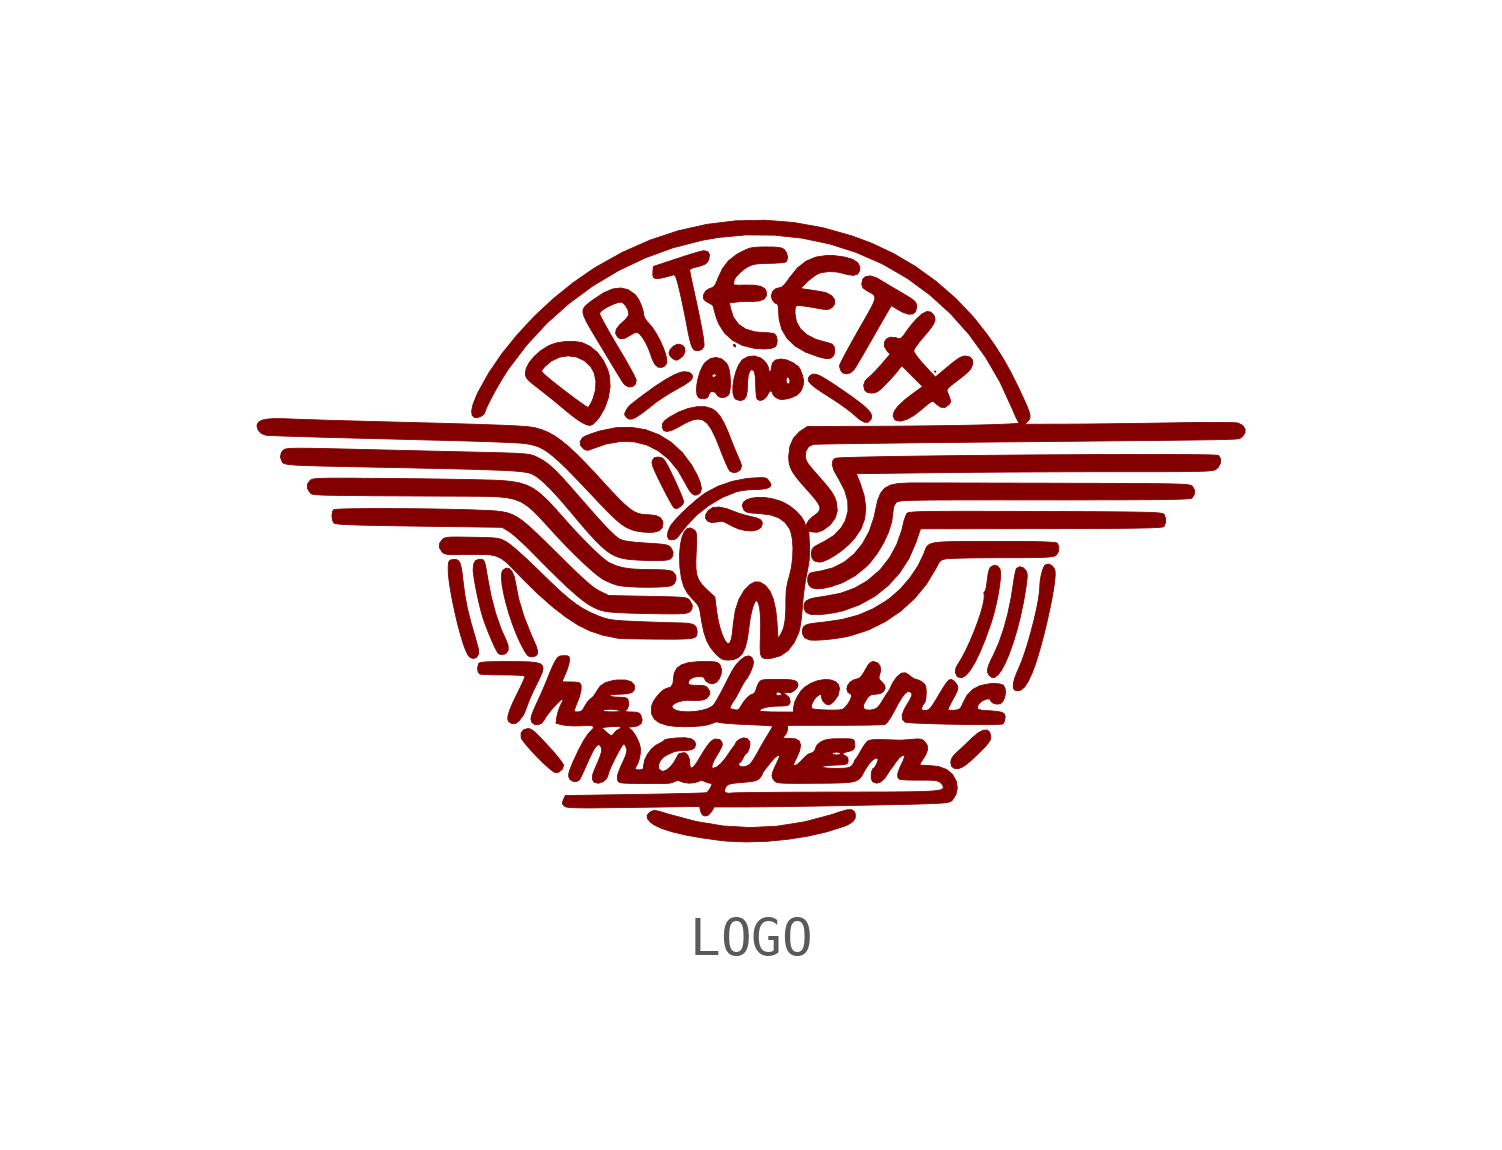
<source format=kicad_sym>
(kicad_symbol_lib
  (version 20220914)
  (generator "bitmap2component")
  (generator_version "8.0")
  (symbol "LOGO"
    (pin_names
      (offset 1.016))
    (property "Reference" "#G"
      (at 0 7.394 0)
      (effects (font (size 1.27 1.27)) hide))
    (symbol "LOGO_0_0"
      (polyline (pts (xy 0.411 -7.998) (xy 0.938 -7.948) (xy 1.454 -7.867) (xy 1.939 -7.755) (xy 2.373 -7.617) (xy 2.457 -7.582) (xy 2.587 -7.501) (xy 2.649 -7.408) (xy 2.649 -7.298) (xy 2.627 -7.247) (xy 2.56 -7.2) (xy 2.448 -7.2) (xy 2.283 -7.245) (xy 2.045 -7.325) (xy 1.355 -7.507) (xy 0.673 -7.615) (xy -0.007 -7.649) (xy -0.688 -7.61) (xy -1.375 -7.497) (xy -2.073 -7.311) (xy -2.115 -7.298) (xy -2.268 -7.251) (xy -2.37 -7.225) (xy -2.437 -7.219) (xy -2.486 -7.23) (xy -2.532 -7.256) (xy -2.558 -7.274) (xy -2.617 -7.345) (xy -2.607 -7.423) (xy -2.527 -7.518) (xy -2.428 -7.588) (xy -2.234 -7.678) (xy -1.968 -7.762) (xy -1.634 -7.84) (xy -1.234 -7.911) (xy -0.771 -7.975) (xy -0.597 -7.993) (xy -0.107 -8.014) (xy 0.411 -7.998)) (stroke (width 0.01) (type default)) (fill (type outline)))
      (polyline (pts (xy -1.061 -7.331) (xy -0.983 -7.241) (xy -0.919 -7.129) (xy -0.169 -7.129) (xy -0.072 -7.129) (xy 0.147 -7.128) (xy 0.426 -7.125) (xy 0.754 -7.121) (xy 1.122 -7.115) (xy 1.52 -7.109) (xy 1.938 -7.102) (xy 2.366 -7.095) (xy 2.795 -7.086) (xy 3.207 -7.078) (xy 3.609 -7.07) (xy 3.947 -7.063) (xy 4.227 -7.056) (xy 4.454 -7.049) (xy 4.635 -7.042) (xy 4.775 -7.035) (xy 4.881 -7.027) (xy 4.958 -7.018) (xy 5.012 -7.008) (xy 5.048 -6.996) (xy 5.074 -6.982) (xy 5.094 -6.966) (xy 5.11 -6.95) (xy 5.195 -6.814) (xy 5.23 -6.65) (xy 5.209 -6.487) (xy 5.113 -6.31) (xy 4.961 -6.182) (xy 4.754 -6.105) (xy 4.493 -6.079) (xy 4.399 -6.077) (xy 4.311 -6.07) (xy 4.277 -6.061) (xy 4.286 -6.041) (xy 4.328 -5.972) (xy 4.391 -5.876) (xy 4.427 -5.818) (xy 4.481 -5.679) (xy 4.467 -5.562) (xy 4.388 -5.457) (xy 4.37 -5.443) (xy 4.311 -5.415) (xy 4.222 -5.408) (xy 4.082 -5.418) (xy 3.969 -5.428) (xy 3.847 -5.437) (xy 3.771 -5.439) (xy 3.672 -5.436) (xy 3.437 -5.428) (xy 3.262 -5.425) (xy 3.138 -5.426) (xy 3.053 -5.434) (xy 2.997 -5.447) (xy 2.96 -5.467) (xy 2.931 -5.495) (xy 2.907 -5.525) (xy 2.84 -5.624) (xy 2.772 -5.74) (xy 2.739 -5.801) (xy 2.687 -5.884) (xy 2.654 -5.922) (xy 2.648 -5.926) (xy 2.626 -5.975) (xy 2.612 -6.016) (xy 2.564 -6.084) (xy 2.556 -6.093) (xy 2.51 -6.123) (xy 2.438 -6.142) (xy 2.324 -6.151) (xy 2.151 -6.153) (xy 2.133 -6.153) (xy 1.954 -6.147) (xy 1.845 -6.134) (xy 1.807 -6.116) (xy 1.842 -6.098) (xy 1.949 -6.081) (xy 2.129 -6.07) (xy 2.141 -6.07) (xy 2.294 -6.064) (xy 2.388 -6.054) (xy 2.439 -6.037) (xy 2.461 -6.007) (xy 2.469 -5.959) (xy 2.461 -5.877) (xy 2.403 -5.835) (xy 2.364 -5.819) (xy 2.33 -5.785) (xy 2.367 -5.753) (xy 2.474 -5.726) (xy 2.5 -5.722) (xy 2.599 -5.683) (xy 2.64 -5.61) (xy 2.633 -5.487) (xy 2.632 -5.486) (xy 2.621 -5.447) (xy 2.593 -5.422) (xy 2.535 -5.409) (xy 2.432 -5.404) (xy 2.268 -5.403) (xy 2.262 -5.403) (xy 2.083 -5.406) (xy 1.958 -5.418) (xy 1.865 -5.442) (xy 1.784 -5.481) (xy 1.756 -5.5) (xy 1.681 -5.566) (xy 1.651 -5.624) (xy 1.644 -5.666) (xy 1.59 -5.745) (xy 1.502 -5.778) (xy 2.063 -5.778) (xy 2.063 -5.777) (xy 2.097 -5.751) (xy 2.176 -5.74) (xy 2.178 -5.74) (xy 2.256 -5.752) (xy 2.289 -5.778) (xy 2.289 -5.778) (xy 2.255 -5.804) (xy 2.176 -5.815) (xy 2.175 -5.815) (xy 2.096 -5.804) (xy 2.063 -5.778) (xy 1.502 -5.778) (xy 1.471 -5.788) (xy 1.397 -5.843) (xy 1.313 -5.928) (xy 1.262 -5.984) (xy 1.186 -6.051) (xy 1.136 -6.078) (xy 1.102 -6.074) (xy 1.093 -6.049) (xy 1.114 -5.99) (xy 1.168 -5.88) (xy 1.242 -5.71) (xy 1.267 -5.564) (xy 1.234 -5.463) (xy 1.142 -5.407) (xy 0.99 -5.394) (xy 0.911 -5.396) (xy 0.842 -5.387) (xy 0.835 -5.359) (xy 0.882 -5.303) (xy 0.915 -5.251) (xy 0.938 -5.156) (xy 0.938 -5.065) (xy 2.129 -5.064) (xy 2.279 -5.064) (xy 2.564 -5.063) (xy 2.822 -5.061) (xy 3.044 -5.057) (xy 3.22 -5.053) (xy 3.341 -5.049) (xy 3.395 -5.044) (xy 3.406 -5.039) (xy 3.468 -4.978) (xy 3.552 -4.853) (xy 3.654 -4.67) (xy 3.749 -4.493) (xy 3.84 -4.345) (xy 3.913 -4.254) (xy 3.975 -4.213) (xy 4.032 -4.215) (xy 4.035 -4.216) (xy 4.078 -4.25) (xy 4.081 -4.307) (xy 4.042 -4.4) (xy 3.958 -4.54) (xy 3.887 -4.663) (xy 3.834 -4.808) (xy 3.842 -4.914) (xy 3.911 -4.984) (xy 3.935 -4.989) (xy 4.027 -4.999) (xy 4.176 -5.008) (xy 4.369 -5.016) (xy 4.597 -5.024) (xy 4.849 -5.031) (xy 5.113 -5.037) (xy 5.378 -5.041) (xy 5.634 -5.044) (xy 5.87 -5.045) (xy 6.074 -5.044) (xy 6.236 -5.041) (xy 6.345 -5.035) (xy 6.39 -5.027) (xy 6.408 -4.993) (xy 6.432 -4.915) (xy 6.442 -4.842) (xy 6.424 -4.778) (xy 6.361 -4.737) (xy 6.244 -4.712) (xy 6.062 -4.697) (xy 5.945 -4.691) (xy 5.833 -4.68) (xy 5.772 -4.664) (xy 5.746 -4.639) (xy 5.74 -4.599) (xy 5.765 -4.529) (xy 5.849 -4.454) (xy 5.867 -4.444) (xy 5.976 -4.398) (xy 6.051 -4.397) (xy 6.078 -4.442) (xy 6.087 -4.466) (xy 6.145 -4.507) (xy 6.231 -4.528) (xy 6.314 -4.519) (xy 6.374 -4.47) (xy 6.425 -4.368) (xy 6.449 -4.246) (xy 6.441 -4.132) (xy 6.397 -4.052) (xy 6.381 -4.042) (xy 6.294 -4.016) (xy 6.181 -4.006) (xy 6.057 -4.011) (xy 5.814 -4.057) (xy 5.622 -4.155) (xy 5.474 -4.308) (xy 5.364 -4.52) (xy 5.352 -4.551) (xy 5.31 -4.632) (xy 5.252 -4.669) (xy 5.149 -4.683) (xy 5.107 -4.685) (xy 5.023 -4.682) (xy 4.99 -4.669) (xy 4.991 -4.665) (xy 5.015 -4.61) (xy 5.064 -4.511) (xy 5.131 -4.386) (xy 5.177 -4.301) (xy 5.226 -4.199) (xy 5.246 -4.132) (xy 5.241 -4.08) (xy 5.214 -4.025) (xy 5.154 -3.948) (xy 5.089 -3.908) (xy 5.061 -3.906) (xy 5.023 -3.918) (xy 4.98 -3.958) (xy 4.924 -4.034) (xy 4.846 -4.155) (xy 4.74 -4.333) (xy 4.706 -4.392) (xy 4.621 -4.529) (xy 4.559 -4.616) (xy 4.509 -4.664) (xy 4.458 -4.685) (xy 4.396 -4.689) (xy 4.372 -4.689) (xy 4.328 -4.669) (xy 4.336 -4.605) (xy 4.36 -4.549) (xy 4.402 -4.495) (xy 4.418 -4.466) (xy 4.436 -4.379) (xy 4.444 -4.259) (xy 4.444 -4.201) (xy 4.435 -4.095) (xy 4.407 -4.029) (xy 4.352 -3.976) (xy 4.268 -3.925) (xy 4.193 -3.903) (xy 4.133 -3.885) (xy 4.056 -3.831) (xy 4.022 -3.799) (xy 3.917 -3.736) (xy 3.819 -3.744) (xy 3.719 -3.822) (xy 3.706 -3.836) (xy 3.623 -3.948) (xy 3.562 -4.06) (xy 3.557 -4.073) (xy 3.518 -4.158) (xy 3.49 -4.202) (xy 3.463 -4.239) (xy 3.409 -4.323) (xy 3.341 -4.434) (xy 3.285 -4.524) (xy 3.22 -4.606) (xy 3.155 -4.65) (xy 3.071 -4.672) (xy 3.021 -4.679) (xy 2.906 -4.672) (xy 2.854 -4.623) (xy 2.864 -4.533) (xy 2.936 -4.402) (xy 2.987 -4.336) (xy 3.059 -4.289) (xy 3.166 -4.277) (xy 3.277 -4.264) (xy 3.362 -4.211) (xy 3.406 -4.131) (xy 3.395 -4.055) (xy 3.321 -3.968) (xy 3.265 -3.91) (xy 3.247 -3.85) (xy 3.272 -3.762) (xy 3.291 -3.682) (xy 3.278 -3.566) (xy 3.216 -3.483) (xy 3.115 -3.452) (xy 3.082 -3.454) (xy 3.026 -3.481) (xy 2.97 -3.547) (xy 2.9 -3.667) (xy 2.883 -3.699) (xy 2.812 -3.812) (xy 2.751 -3.872) (xy 2.684 -3.895) (xy 2.618 -3.911) (xy 2.52 -3.97) (xy 2.457 -4.054) (xy 2.436 -4.145) (xy 2.462 -4.227) (xy 2.542 -4.281) (xy 2.557 -4.297) (xy 2.549 -4.358) (xy 2.511 -4.445) (xy 2.453 -4.537) (xy 2.386 -4.617) (xy 2.322 -4.663) (xy 2.255 -4.674) (xy 2.138 -4.679) (xy 1.994 -4.679) (xy 1.842 -4.674) (xy 1.704 -4.665) (xy 1.599 -4.653) (xy 1.548 -4.638) (xy 1.538 -4.604) (xy 1.554 -4.524) (xy 1.598 -4.431) (xy 1.658 -4.353) (xy 1.674 -4.339) (xy 1.749 -4.285) (xy 1.789 -4.294) (xy 1.801 -4.367) (xy 1.819 -4.435) (xy 1.889 -4.513) (xy 1.949 -4.546) (xy 2.001 -4.542) (xy 2.073 -4.49) (xy 2.118 -4.448) (xy 2.219 -4.302) (xy 2.251 -4.134) (xy 2.224 -4.032) (xy 2.143 -3.955) (xy 2.019 -3.913) (xy 1.867 -3.906) (xy 1.699 -3.935) (xy 1.528 -4) (xy 1.368 -4.102) (xy 1.279 -4.192) (xy 1.183 -4.336) (xy 1.114 -4.491) (xy 1.088 -4.627) (xy 1.088 -4.727) (xy 0.657 -4.727) (xy 0.496 -4.725) (xy 0.355 -4.718) (xy 0.26 -4.707) (xy 0.225 -4.694) (xy 0.229 -4.681) (xy 0.283 -4.641) (xy 0.393 -4.608) (xy 0.542 -4.585) (xy 0.714 -4.577) (xy 0.776 -4.577) (xy 0.895 -4.569) (xy 0.962 -4.55) (xy 0.991 -4.516) (xy 1.003 -4.464) (xy 0.978 -4.361) (xy 0.89 -4.285) (xy 0.847 -4.263) (xy 0.832 -4.246) (xy 0.882 -4.238) (xy 0.927 -4.235) (xy 0.989 -4.237) (xy 1.025 -4.233) (xy 1.102 -4.19) (xy 1.171 -4.123) (xy 1.201 -4.059) (xy 1.2 -4.033) (xy 1.181 -3.977) (xy 1.132 -3.939) (xy 1.04 -3.916) (xy 0.896 -3.905) (xy 0.688 -3.902) (xy 0.598 -3.902) (xy 0.442 -3.904) (xy 0.34 -3.911) (xy 0.277 -3.925) (xy 0.239 -3.95) (xy 0.212 -3.986) (xy 0.173 -4.062) (xy 0.135 -4.174) (xy 0.104 -4.244) (xy 0.051 -4.277) (xy 0.037 -4.282) (xy 0.639 -4.282) (xy 0.66 -4.23) (xy 0.698 -4.219) (xy 0.758 -4.24) (xy 0.788 -4.281) (xy 0.774 -4.301) (xy 0.713 -4.315) (xy 0.682 -4.312) (xy 0.639 -4.282) (xy 0.037 -4.282) (xy 0.005 -4.292) (xy -0.079 -4.359) (xy -0.169 -4.464) (xy -0.249 -4.59) (xy -0.277 -4.637) (xy -0.329 -4.678) (xy -0.406 -4.671) (xy -0.477 -4.651) (xy -0.518 -4.634) (xy -0.515 -4.611) (xy -0.488 -4.548) (xy -0.448 -4.476) (xy -0.412 -4.427) (xy -0.41 -4.426) (xy -0.381 -4.379) (xy -0.329 -4.286) (xy -0.265 -4.165) (xy -0.258 -4.15) (xy -0.193 -4.031) (xy -0.14 -3.942) (xy -0.111 -3.902) (xy -0.084 -3.871) (xy -0.033 -3.783) (xy 0.019 -3.669) (xy 0.059 -3.559) (xy 0.075 -3.479) (xy 0.073 -3.442) (xy 0.035 -3.347) (xy -0.039 -3.308) (xy -0.138 -3.328) (xy -0.249 -3.41) (xy -0.274 -3.435) (xy -0.334 -3.498) (xy -0.384 -3.559) (xy -0.432 -3.63) (xy -0.487 -3.727) (xy -0.558 -3.863) (xy -0.653 -4.052) (xy -0.66 -4.065) (xy -0.748 -4.234) (xy -0.83 -4.383) (xy -0.897 -4.496) (xy -0.941 -4.556) (xy -0.972 -4.584) (xy -1.085 -4.643) (xy -1.233 -4.686) (xy -1.4 -4.713) (xy -1.571 -4.723) (xy -1.731 -4.717) (xy -1.864 -4.692) (xy -1.955 -4.649) (xy -1.988 -4.588) (xy -1.982 -4.566) (xy -1.922 -4.514) (xy -1.82 -4.469) (xy -1.699 -4.438) (xy -1.58 -4.43) (xy -1.496 -4.434) (xy -1.319 -4.436) (xy -1.198 -4.421) (xy -1.118 -4.388) (xy -1.066 -4.333) (xy -1.033 -4.277) (xy -1.026 -4.219) (xy -1.066 -4.146) (xy -1.093 -4.109) (xy -1.143 -4.072) (xy -1.222 -4.056) (xy -1.351 -4.052) (xy -1.407 -4.052) (xy -1.511 -4.045) (xy -1.562 -4.026) (xy -1.576 -3.99) (xy -1.576 -3.985) (xy -1.538 -3.905) (xy -1.442 -3.849) (xy -1.304 -3.828) (xy -1.28 -3.828) (xy -1.191 -3.842) (xy -1.163 -3.882) (xy -1.131 -3.942) (xy -1.054 -3.993) (xy -0.961 -4.014) (xy -0.956 -4.014) (xy -0.865 -3.978) (xy -0.791 -3.89) (xy -0.744 -3.774) (xy -0.732 -3.651) (xy -0.767 -3.544) (xy -0.772 -3.536) (xy -0.804 -3.497) (xy -0.847 -3.472) (xy -0.916 -3.458) (xy -1.029 -3.453) (xy -1.2 -3.452) (xy -1.34 -3.455) (xy -1.575 -3.48) (xy -1.748 -3.535) (xy -1.865 -3.623) (xy -1.93 -3.747) (xy -1.951 -3.911) (xy -1.962 -4.006) (xy -2.015 -4.096) (xy -2.113 -4.127) (xy -2.123 -4.128) (xy -2.201 -4.167) (xy -2.294 -4.25) (xy -2.386 -4.357) (xy -2.46 -4.469) (xy -2.499 -4.568) (xy -2.506 -4.608) (xy -2.501 -4.776) (xy -2.434 -4.905) (xy -2.304 -5) (xy -2.106 -5.064) (xy -2.059 -5.073) (xy -1.878 -5.093) (xy -1.67 -5.1) (xy -1.457 -5.095) (xy -1.257 -5.08) (xy -1.091 -5.054) (xy -0.979 -5.018) (xy -0.97 -5.014) (xy -0.872 -4.979) (xy -0.81 -4.985) (xy -0.774 -4.995) (xy -0.673 -5.008) (xy -0.52 -5.021) (xy -0.329 -5.034) (xy -0.113 -5.044) (xy 0.07 -5.052) (xy 0.261 -5.061) (xy 0.414 -5.07) (xy 0.516 -5.078) (xy 0.556 -5.083) (xy 0.547 -5.114) (xy 0.505 -5.191) (xy 0.442 -5.296) (xy 0.377 -5.401) (xy 0.279 -5.569) (xy 0.191 -5.728) (xy 0.123 -5.849) (xy 0.05 -5.964) (xy -0.005 -6.037) (xy -0.025 -6.056) (xy -0.108 -6.1) (xy -0.198 -6.116) (xy -0.271 -6.103) (xy -0.3 -6.059) (xy -0.296 -6.033) (xy -0.267 -6.003) (xy -0.265 -6.003) (xy -0.229 -5.968) (xy -0.188 -5.89) (xy -0.185 -5.884) (xy -0.145 -5.809) (xy -0.113 -5.778) (xy -0.106 -5.777) (xy -0.068 -5.734) (xy -0.034 -5.652) (xy -0.014 -5.558) (xy -0.017 -5.482) (xy -0.019 -5.476) (xy -0.08 -5.401) (xy -0.175 -5.38) (xy -0.283 -5.419) (xy -0.347 -5.471) (xy -0.375 -5.513) (xy -0.382 -5.538) (xy -0.423 -5.597) (xy -0.433 -5.608) (xy -0.489 -5.682) (xy -0.553 -5.779) (xy -0.63 -5.893) (xy -0.747 -6.03) (xy -0.859 -6.12) (xy -0.954 -6.153) (xy -0.978 -6.13) (xy -0.967 -6.058) (xy -0.921 -5.948) (xy -0.844 -5.815) (xy -0.783 -5.713) (xy -0.733 -5.614) (xy -0.713 -5.554) (xy -0.722 -5.495) (xy -0.778 -5.424) (xy -0.882 -5.409) (xy -0.911 -5.415) (xy -0.969 -5.444) (xy -1.033 -5.505) (xy -1.11 -5.605) (xy -1.207 -5.754) (xy -1.332 -5.961) (xy -1.357 -6.003) (xy -1.436 -6.111) (xy -1.493 -6.147) (xy -1.527 -6.112) (xy -1.538 -6.006) (xy -1.544 -5.935) (xy -1.581 -5.827) (xy -1.642 -5.763) (xy -1.715 -5.757) (xy -1.74 -5.766) (xy -1.799 -5.778) (xy -1.803 -5.778) (xy -1.837 -5.817) (xy -1.878 -5.896) (xy -1.94 -6.007) (xy -2.03 -6.117) (xy -2.127 -6.197) (xy -2.211 -6.228) (xy -2.259 -6.216) (xy -2.323 -6.16) (xy -2.324 -6.157) (xy -2.329 -6.071) (xy -2.286 -5.969) (xy -2.208 -5.874) (xy -2.111 -5.811) (xy -2.026 -5.775) (xy -1.942 -5.736) (xy -1.906 -5.724) (xy -1.804 -5.709) (xy -1.678 -5.703) (xy -1.628 -5.702) (xy -1.49 -5.681) (xy -1.412 -5.631) (xy -1.388 -5.546) (xy -1.412 -5.468) (xy -1.5 -5.406) (xy -1.654 -5.378) (xy -1.875 -5.384) (xy -1.919 -5.388) (xy -2.05 -5.404) (xy -2.142 -5.42) (xy -2.176 -5.435) (xy -2.176 -5.435) (xy -2.206 -5.466) (xy -2.279 -5.507) (xy -2.288 -5.511) (xy -2.41 -5.579) (xy -2.506 -5.665) (xy -2.603 -5.793) (xy -2.611 -5.805) (xy -2.676 -5.94) (xy -2.701 -6.064) (xy -2.707 -6.144) (xy -2.737 -6.183) (xy -2.814 -6.191) (xy -2.847 -6.19) (xy -2.911 -6.18) (xy -2.916 -6.143) (xy -2.869 -6.063) (xy -2.851 -6.029) (xy -2.814 -5.918) (xy -2.789 -5.789) (xy -2.786 -5.761) (xy -2.784 -5.642) (xy -2.81 -5.532) (xy -2.87 -5.394) (xy -2.923 -5.299) (xy -2.994 -5.2) (xy -3.053 -5.146) (xy -3.098 -5.121) (xy -3.087 -5.109) (xy -3.008 -5.105) (xy -2.859 -5.082) (xy -2.767 -5.02) (xy -2.739 -4.925) (xy -2.778 -4.8) (xy -2.814 -4.758) (xy -2.887 -4.733) (xy -3.012 -4.726) (xy -3.077 -4.725) (xy -3.153 -4.719) (xy -3.171 -4.704) (xy -3.142 -4.675) (xy -3.111 -4.643) (xy -3.078 -4.539) (xy -3.099 -4.412) (xy -3.131 -4.377) (xy -3.208 -4.358) (xy -3.343 -4.352) (xy -3.441 -4.348) (xy -3.53 -4.335) (xy -3.564 -4.315) (xy -3.564 -4.314) (xy -3.529 -4.295) (xy -3.435 -4.282) (xy -3.299 -4.277) (xy -3.293 -4.277) (xy -3.113 -4.266) (xy -2.998 -4.233) (xy -2.94 -4.172) (xy -2.933 -4.081) (xy -2.947 -4.034) (xy -3.024 -3.957) (xy -3.165 -3.918) (xy -3.369 -3.917) (xy -3.475 -3.93) (xy -3.665 -3.982) (xy -3.801 -4.073) (xy -3.894 -4.208) (xy -3.905 -4.231) (xy -3.972 -4.33) (xy -4.043 -4.394) (xy -4.059 -4.404) (xy -4.13 -4.48) (xy -4.193 -4.583) (xy -4.229 -4.652) (xy -4.265 -4.69) (xy -3.733 -4.69) (xy -3.719 -4.678) (xy -3.644 -4.661) (xy -3.533 -4.657) (xy -3.41 -4.667) (xy -3.302 -4.69) (xy -3.284 -4.697) (xy -3.281 -4.71) (xy -3.346 -4.719) (xy -3.482 -4.724) (xy -3.622 -4.721) (xy -3.712 -4.71) (xy -3.733 -4.69) (xy -4.265 -4.69) (xy -4.285 -4.71) (xy -4.362 -4.726) (xy -4.432 -4.722) (xy -4.465 -4.708) (xy -4.452 -4.668) (xy -4.419 -4.577) (xy -4.371 -4.457) (xy -4.331 -4.352) (xy -4.286 -4.181) (xy -4.283 -4.058) (xy -4.323 -3.99) (xy -4.353 -3.981) (xy -4.446 -3.969) (xy -4.567 -3.967) (xy -4.644 -3.967) (xy -4.731 -3.965) (xy -4.765 -3.96) (xy -4.754 -3.93) (xy -4.72 -3.849) (xy -4.671 -3.737) (xy -4.632 -3.638) (xy -4.593 -3.508) (xy -4.577 -3.413) (xy -4.577 -3.398) (xy -4.587 -3.333) (xy -4.627 -3.307) (xy -4.72 -3.302) (xy -4.726 -3.302) (xy -4.821 -3.311) (xy -4.883 -3.352) (xy -4.942 -3.442) (xy -4.989 -3.533) (xy -5.053 -3.677) (xy -5.114 -3.827) (xy -5.114 -3.829) (xy -5.179 -3.99) (xy -5.259 -4.178) (xy -5.337 -4.352) (xy -5.347 -4.373) (xy -5.434 -4.563) (xy -5.493 -4.699) (xy -5.529 -4.795) (xy -5.548 -4.861) (xy -5.553 -4.912) (xy -5.53 -4.99) (xy -5.464 -5.04) (xy -5.375 -5.048) (xy -5.287 -5.013) (xy -5.222 -4.934) (xy -5.19 -4.876) (xy -5.119 -4.776) (xy -5.03 -4.665) (xy -4.936 -4.558) (xy -4.848 -4.469) (xy -4.779 -4.411) (xy -4.743 -4.399) (xy -4.741 -4.405) (xy -4.755 -4.46) (xy -4.798 -4.544) (xy -4.812 -4.571) (xy -4.863 -4.702) (xy -4.896 -4.841) (xy -4.921 -5.01) (xy -4.758 -5.052) (xy -4.644 -5.07) (xy -4.484 -5.079) (xy -4.319 -5.077) (xy -4.144 -5.07) (xy -4.023 -5.075) (xy -3.966 -5.095) (xy -3.968 -5.124) (xy -3.747 -5.124) (xy -3.714 -5.116) (xy -3.626 -5.106) (xy -3.503 -5.096) (xy -3.462 -5.093) (xy -3.35 -5.091) (xy -3.297 -5.102) (xy -3.291 -5.128) (xy -3.302 -5.148) (xy -3.353 -5.178) (xy -3.39 -5.194) (xy -3.443 -5.253) (xy -3.478 -5.299) (xy -3.518 -5.326) (xy -3.547 -5.313) (xy -3.609 -5.267) (xy -3.678 -5.207) (xy -3.732 -5.153) (xy -3.747 -5.124) (xy -3.968 -5.124) (xy -3.968 -5.132) (xy -4.023 -5.189) (xy -4.111 -5.284) (xy -4.225 -5.458) (xy -4.353 -5.699) (xy -4.494 -6.003) (xy -4.51 -6.04) (xy -4.569 -6.186) (xy -4.597 -6.285) (xy -4.599 -6.356) (xy -4.578 -6.414) (xy -4.566 -6.433) (xy -4.49 -6.481) (xy -4.398 -6.486) (xy -4.326 -6.444) (xy -4.312 -6.42) (xy -4.269 -6.335) (xy -4.211 -6.209) (xy -4.144 -6.059) (xy -4.082 -5.918) (xy -4 -5.748) (xy -3.936 -5.636) (xy -3.883 -5.574) (xy -3.837 -5.554) (xy -3.803 -5.572) (xy -3.769 -5.638) (xy -3.764 -5.679) (xy -3.773 -5.75) (xy -3.804 -5.849) (xy -3.86 -5.99) (xy -3.946 -6.186) (xy -3.99 -6.305) (xy -4.002 -6.427) (xy -3.957 -6.503) (xy -3.859 -6.528) (xy -3.835 -6.527) (xy -3.723 -6.486) (xy -3.636 -6.406) (xy -3.6 -6.307) (xy -3.59 -6.266) (xy -3.553 -6.171) (xy -3.496 -6.045) (xy -3.427 -5.905) (xy -3.356 -5.768) (xy -3.29 -5.649) (xy -3.238 -5.566) (xy -3.208 -5.534) (xy -3.175 -5.56) (xy -3.138 -5.631) (xy -3.131 -5.654) (xy -3.129 -5.728) (xy -3.156 -5.826) (xy -3.217 -5.968) (xy -3.264 -6.068) (xy -3.326 -6.214) (xy -3.36 -6.316) (xy -3.369 -6.391) (xy -3.358 -6.454) (xy -3.346 -6.481) (xy -3.32 -6.504) (xy -3.268 -6.519) (xy -3.18 -6.527) (xy -3.041 -6.532) (xy -2.839 -6.534) (xy -2.593 -6.536) (xy -2.385 -6.537) (xy -2.232 -6.536) (xy -2.123 -6.533) (xy -2.049 -6.527) (xy -1.998 -6.518) (xy -1.961 -6.505) (xy -1.927 -6.488) (xy -1.919 -6.484) (xy -1.835 -6.457) (xy -1.762 -6.483) (xy -1.688 -6.511) (xy -1.555 -6.527) (xy -1.417 -6.517) (xy -1.313 -6.482) (xy -1.24 -6.454) (xy -1.164 -6.482) (xy -1.109 -6.509) (xy -1.032 -6.528) (xy -1.006 -6.53) (xy -0.976 -6.545) (xy -0.98 -6.57) (xy -1.013 -6.647) (xy -1.057 -6.715) (xy -0.662 -6.715) (xy -0.624 -6.624) (xy -0.6 -6.592) (xy -0.556 -6.56) (xy -0.487 -6.539) (xy -0.375 -6.523) (xy -0.205 -6.508) (xy -0.175 -6.506) (xy -0.006 -6.49) (xy 0.106 -6.47) (xy 0.179 -6.443) (xy 0.228 -6.404) (xy 0.277 -6.343) (xy 0.3 -6.293) (xy 0.307 -6.268) (xy 0.347 -6.208) (xy 0.367 -6.184) (xy 0.43 -6.105) (xy 0.506 -6.006) (xy 0.52 -5.989) (xy 0.613 -5.884) (xy 0.689 -5.827) (xy 0.737 -5.827) (xy 0.734 -5.848) (xy 0.707 -5.921) (xy 0.66 -6.024) (xy 0.616 -6.115) (xy 0.564 -6.241) (xy 0.544 -6.328) (xy 0.554 -6.392) (xy 0.591 -6.451) (xy 0.608 -6.47) (xy 0.632 -6.492) (xy 0.668 -6.507) (xy 0.724 -6.519) (xy 0.81 -6.526) (xy 0.934 -6.53) (xy 1.106 -6.532) (xy 1.335 -6.532) (xy 1.63 -6.53) (xy 1.739 -6.53) (xy 2.032 -6.527) (xy 2.261 -6.522) (xy 2.437 -6.513) (xy 2.568 -6.497) (xy 2.663 -6.472) (xy 2.732 -6.436) (xy 2.783 -6.387) (xy 2.826 -6.323) (xy 2.87 -6.241) (xy 2.881 -6.22) (xy 2.958 -6.097) (xy 3.036 -5.994) (xy 3.069 -5.959) (xy 3.145 -5.904) (xy 3.204 -5.891) (xy 3.227 -5.926) (xy 3.218 -5.972) (xy 3.185 -6.052) (xy 3.144 -6.123) (xy 3.11 -6.153) (xy 3.09 -6.165) (xy 3.065 -6.227) (xy 3.052 -6.318) (xy 3.055 -6.41) (xy 3.077 -6.472) (xy 3.1 -6.496) (xy 3.189 -6.528) (xy 3.291 -6.496) (xy 3.395 -6.404) (xy 3.492 -6.259) (xy 3.528 -6.197) (xy 3.561 -6.153) (xy 3.571 -6.143) (xy 3.616 -6.083) (xy 3.677 -5.994) (xy 3.678 -5.993) (xy 3.766 -5.882) (xy 3.842 -5.827) (xy 3.896 -5.834) (xy 3.894 -5.865) (xy 3.866 -5.946) (xy 3.815 -6.055) (xy 3.772 -6.146) (xy 3.724 -6.288) (xy 3.725 -6.382) (xy 3.775 -6.431) (xy 3.831 -6.439) (xy 3.947 -6.446) (xy 4.104 -6.45) (xy 4.285 -6.45) (xy 4.458 -6.45) (xy 4.603 -6.454) (xy 4.7 -6.465) (xy 4.762 -6.484) (xy 4.805 -6.512) (xy 4.852 -6.564) (xy 4.877 -6.619) (xy 4.875 -6.644) (xy 4.863 -6.666) (xy 4.838 -6.684) (xy 4.794 -6.7) (xy 4.726 -6.713) (xy 4.629 -6.723) (xy 4.497 -6.732) (xy 4.327 -6.739) (xy 4.112 -6.744) (xy 3.847 -6.747) (xy 3.527 -6.75) (xy 3.148 -6.751) (xy 2.705 -6.752) (xy 2.191 -6.753) (xy 1.969 -6.753) (xy 1.544 -6.754) (xy 1.142 -6.755) (xy 0.769 -6.757) (xy 0.432 -6.76) (xy 0.137 -6.763) (xy -0.11 -6.766) (xy -0.3 -6.769) (xy -0.429 -6.773) (xy -0.49 -6.777) (xy -0.547 -6.783) (xy -0.636 -6.768) (xy -0.662 -6.715) (xy -1.057 -6.715) (xy -1.063 -6.725) (xy -1.108 -6.767) (xy -1.15 -6.771) (xy -1.26 -6.776) (xy -1.43 -6.782) (xy -1.653 -6.788) (xy -1.921 -6.794) (xy -2.226 -6.801) (xy -2.562 -6.807) (xy -2.919 -6.813) (xy -4.683 -6.84) (xy -4.724 -6.93) (xy -4.734 -6.951) (xy -4.759 -7.017) (xy -4.752 -7.058) (xy -4.706 -7.106) (xy -4.703 -7.109) (xy -4.681 -7.123) (xy -4.642 -7.133) (xy -4.58 -7.142) (xy -4.49 -7.148) (xy -4.364 -7.151) (xy -4.195 -7.153) (xy -3.978 -7.153) (xy -3.705 -7.15) (xy -3.371 -7.146) (xy -2.968 -7.141) (xy -1.287 -7.117) (xy -1.264 -7.235) (xy -1.263 -7.238) (xy -1.218 -7.329) (xy -1.145 -7.36) (xy -1.061 -7.331)) (stroke (width 0.01) (type default)) (fill (type outline)))
      (polyline (pts (xy -4.841 -6.244) (xy -4.76 -6.173) (xy -4.727 -6.076) (xy -4.736 -6.053) (xy -4.786 -5.976) (xy -4.874 -5.862) (xy -4.992 -5.723) (xy -5.13 -5.57) (xy -5.282 -5.408) (xy -5.398 -5.29) (xy -5.482 -5.212) (xy -5.545 -5.168) (xy -5.595 -5.149) (xy -5.642 -5.148) (xy -5.743 -5.179) (xy -5.803 -5.258) (xy -5.801 -5.378) (xy -5.794 -5.396) (xy -5.742 -5.474) (xy -5.65 -5.588) (xy -5.529 -5.724) (xy -5.388 -5.871) (xy -5.231 -6.027) (xy -5.088 -6.157) (xy -4.984 -6.238) (xy -4.923 -6.266) (xy -4.841 -6.244)) (stroke (width 0.01) (type default)) (fill (type outline)))
      (polyline (pts (xy 5.334 -6.134) (xy 5.443 -6.066) (xy 5.581 -5.951) (xy 5.758 -5.785) (xy 5.806 -5.738) (xy 5.937 -5.604) (xy 6.02 -5.504) (xy 6.065 -5.43) (xy 6.078 -5.37) (xy 6.078 -5.354) (xy 6.051 -5.239) (xy 5.986 -5.183) (xy 5.887 -5.188) (xy 5.761 -5.251) (xy 5.614 -5.375) (xy 5.5 -5.484) (xy 5.36 -5.618) (xy 5.239 -5.73) (xy 5.238 -5.731) (xy 5.133 -5.835) (xy 5.08 -5.92) (xy 5.065 -6.003) (xy 5.065 -6.006) (xy 5.084 -6.1) (xy 5.149 -6.15) (xy 5.167 -6.156) (xy 5.245 -6.162) (xy 5.334 -6.134)) (stroke (width 0.01) (type default)) (fill (type outline)))
      (polyline (pts (xy -5.934 -5.013) (xy -5.852 -4.948) (xy -5.809 -4.889) (xy -5.759 -4.826) (xy -5.75 -4.814) (xy -5.712 -4.738) (xy -5.672 -4.633) (xy -5.67 -4.63) (xy -5.622 -4.495) (xy -5.563 -4.353) (xy -5.485 -4.182) (xy -5.379 -3.966) (xy -5.329 -3.863) (xy -5.272 -3.731) (xy -5.247 -3.631) (xy -5.26 -3.558) (xy -5.316 -3.508) (xy -5.424 -3.477) (xy -5.587 -3.46) (xy -5.814 -3.453) (xy -6.109 -3.452) (xy -6.272 -3.452) (xy -6.491 -3.454) (xy -6.65 -3.458) (xy -6.758 -3.465) (xy -6.827 -3.475) (xy -6.864 -3.491) (xy -6.881 -3.511) (xy -6.903 -3.618) (xy -6.89 -3.713) (xy -6.844 -3.767) (xy -6.831 -3.77) (xy -6.751 -3.777) (xy -6.616 -3.784) (xy -6.442 -3.788) (xy -6.244 -3.789) (xy -6.016 -3.792) (xy -5.846 -3.799) (xy -5.739 -3.811) (xy -5.703 -3.828) (xy -5.713 -3.861) (xy -5.752 -3.95) (xy -5.811 -4.079) (xy -5.886 -4.231) (xy -5.904 -4.267) (xy -6.017 -4.503) (xy -6.092 -4.684) (xy -6.133 -4.817) (xy -6.14 -4.91) (xy -6.117 -4.97) (xy -6.116 -4.971) (xy -6.032 -5.021) (xy -5.934 -5.013)) (stroke (width 0.01) (type default)) (fill (type outline)))
      (polyline (pts (xy 6.841 -4.172) (xy 6.933 -4.092) (xy 7.027 -3.946) (xy 7.127 -3.73) (xy 7.197 -3.545) (xy 7.271 -3.314) (xy 7.347 -3.05) (xy 7.422 -2.766) (xy 7.494 -2.471) (xy 7.559 -2.179) (xy 7.616 -1.901) (xy 7.661 -1.648) (xy 7.693 -1.432) (xy 7.707 -1.265) (xy 7.703 -1.158) (xy 7.681 -1.095) (xy 7.615 -1.017) (xy 7.531 -0.984) (xy 7.451 -1.01) (xy 7.432 -1.034) (xy 7.39 -1.128) (xy 7.353 -1.264) (xy 7.326 -1.417) (xy 7.316 -1.564) (xy 7.31 -1.671) (xy 7.282 -1.875) (xy 7.234 -2.122) (xy 7.171 -2.398) (xy 7.097 -2.686) (xy 7.016 -2.971) (xy 6.932 -3.238) (xy 6.848 -3.47) (xy 6.77 -3.654) (xy 6.754 -3.688) (xy 6.682 -3.868) (xy 6.646 -4.016) (xy 6.647 -4.123) (xy 6.688 -4.177) (xy 6.746 -4.192) (xy 6.841 -4.172)) (stroke (width 0.01) (type default)) (fill (type outline)))
      (polyline (pts (xy 5.444 -3.804) (xy 5.554 -3.677) (xy 5.674 -3.482) (xy 5.802 -3.218) (xy 5.938 -2.889) (xy 6.079 -2.495) (xy 6.09 -2.462) (xy 6.157 -2.237) (xy 6.215 -1.998) (xy 6.264 -1.761) (xy 6.3 -1.539) (xy 6.321 -1.346) (xy 6.325 -1.197) (xy 6.309 -1.105) (xy 6.247 -1.033) (xy 6.158 -1.017) (xy 6.066 -1.067) (xy 6.036 -1.129) (xy 6.007 -1.249) (xy 5.986 -1.405) (xy 5.983 -1.433) (xy 5.964 -1.563) (xy 5.942 -1.654) (xy 5.921 -1.688) (xy 5.904 -1.698) (xy 5.905 -1.748) (xy 5.912 -1.779) (xy 5.904 -1.895) (xy 5.869 -2.058) (xy 5.811 -2.259) (xy 5.734 -2.484) (xy 5.643 -2.72) (xy 5.543 -2.956) (xy 5.439 -3.179) (xy 5.335 -3.377) (xy 5.235 -3.537) (xy 5.194 -3.616) (xy 5.181 -3.73) (xy 5.223 -3.819) (xy 5.253 -3.844) (xy 5.343 -3.86) (xy 5.444 -3.804)) (stroke (width 0.01) (type default)) (fill (type outline)))
      (polyline (pts (xy 6.267 -3.78) (xy 6.339 -3.686) (xy 6.438 -3.504) (xy 6.54 -3.267) (xy 6.64 -2.986) (xy 6.736 -2.671) (xy 6.823 -2.333) (xy 6.898 -1.983) (xy 6.959 -1.632) (xy 6.962 -1.614) (xy 6.986 -1.438) (xy 6.998 -1.319) (xy 6.998 -1.241) (xy 6.985 -1.186) (xy 6.96 -1.14) (xy 6.886 -1.07) (xy 6.799 -1.054) (xy 6.727 -1.097) (xy 6.718 -1.117) (xy 6.695 -1.202) (xy 6.67 -1.333) (xy 6.646 -1.49) (xy 6.592 -1.839) (xy 6.506 -2.25) (xy 6.399 -2.639) (xy 6.278 -2.989) (xy 6.147 -3.281) (xy 6.096 -3.382) (xy 6.028 -3.532) (xy 5.996 -3.641) (xy 5.997 -3.721) (xy 6.027 -3.786) (xy 6.096 -3.851) (xy 6.175 -3.852) (xy 6.267 -3.78)) (stroke (width 0.01) (type default)) (fill (type outline)))
      (polyline (pts (xy -0.427 -3.401) (xy -0.302 -3.348) (xy -0.206 -3.248) (xy -0.133 -3.093) (xy -0.079 -2.878) (xy -0.04 -2.595) (xy -0.038 -2.573) (xy -0.009 -2.371) (xy 0.027 -2.191) (xy 0.068 -2.045) (xy 0.11 -1.949) (xy 0.149 -1.913) (xy 0.167 -1.919) (xy 0.204 -1.983) (xy 0.232 -2.109) (xy 0.25 -2.289) (xy 0.257 -2.514) (xy 0.252 -2.776) (xy 0.244 -2.982) (xy 0.243 -3.152) (xy 0.255 -3.267) (xy 0.284 -3.336) (xy 0.336 -3.369) (xy 0.414 -3.376) (xy 0.524 -3.368) (xy 0.542 -3.366) (xy 0.761 -3.304) (xy 0.947 -3.175) (xy 1.1 -2.979) (xy 1.22 -2.717) (xy 1.24 -2.646) (xy 1.269 -2.487) (xy 1.295 -2.285) (xy 1.313 -2.063) (xy 1.326 -1.901) (xy 1.353 -1.656) (xy 1.387 -1.417) (xy 1.425 -1.219) (xy 1.442 -1.139) (xy 1.48 -0.919) (xy 1.495 -0.718) (xy 1.491 -0.498) (xy 1.474 -0.151) (xy 1.562 -0.173) (xy 1.688 -0.181) (xy 1.832 -0.131) (xy 1.989 -0.014) (xy 2.022 0.017) (xy 2.145 0.185) (xy 2.195 0.369) (xy 2.174 0.572) (xy 2.148 0.655) (xy 2.108 0.745) (xy 2.05 0.841) (xy 1.965 0.955) (xy 1.845 1.099) (xy 1.681 1.286) (xy 1.663 1.306) (xy 1.541 1.446) (xy 1.461 1.548) (xy 1.415 1.625) (xy 1.393 1.692) (xy 1.388 1.761) (xy 1.403 1.876) (xy 1.469 1.986) (xy 1.588 2.042) (xy 1.62 2.044) (xy 1.725 2.047) (xy 1.896 2.051) (xy 2.129 2.055) (xy 2.42 2.059) (xy 2.763 2.064) (xy 3.154 2.069) (xy 3.588 2.074) (xy 4.061 2.08) (xy 4.568 2.086) (xy 5.104 2.091) (xy 5.666 2.097) (xy 6.247 2.103) (xy 6.769 2.107) (xy 7.513 2.115) (xy 8.189 2.121) (xy 8.798 2.127) (xy 9.345 2.132) (xy 9.832 2.137) (xy 10.264 2.141) (xy 10.644 2.145) (xy 10.975 2.149) (xy 11.26 2.153) (xy 11.503 2.156) (xy 11.708 2.159) (xy 11.878 2.163) (xy 12.016 2.166) (xy 12.126 2.17) (xy 12.211 2.173) (xy 12.274 2.177) (xy 12.32 2.181) (xy 12.351 2.186) (xy 12.37 2.19) (xy 12.383 2.196) (xy 12.39 2.201) (xy 12.397 2.208) (xy 12.407 2.215) (xy 12.441 2.24) (xy 12.507 2.333) (xy 12.508 2.433) (xy 12.449 2.522) (xy 12.334 2.581) (xy 12.319 2.583) (xy 12.229 2.59) (xy 12.075 2.594) (xy 11.865 2.596) (xy 11.607 2.596) (xy 11.307 2.595) (xy 10.975 2.591) (xy 10.618 2.585) (xy 10.616 2.585) (xy 10.224 2.579) (xy 9.811 2.572) (xy 9.392 2.567) (xy 8.983 2.562) (xy 8.601 2.558) (xy 8.262 2.555) (xy 7.982 2.554) (xy 6.941 2.551) (xy 7.016 2.627) (xy 7.034 2.646) (xy 7.065 2.7) (xy 7.071 2.768) (xy 7.049 2.863) (xy 6.997 2.999) (xy 6.913 3.189) (xy 6.758 3.521) (xy 6.568 3.897) (xy 6.379 4.232) (xy 6.182 4.543) (xy 5.965 4.848) (xy 5.718 5.163) (xy 5.617 5.285) (xy 5.183 5.74) (xy 4.695 6.163) (xy 4.167 6.544) (xy 3.611 6.872) (xy 3.045 7.137) (xy 2.56 7.316) (xy 1.828 7.522) (xy 1.093 7.654) (xy 0.357 7.712) (xy -0.377 7.696) (xy -1.106 7.607) (xy -1.827 7.445) (xy -2.538 7.21) (xy -3.234 6.903) (xy -3.914 6.523) (xy -3.969 6.489) (xy -4.488 6.13) (xy -4.988 5.726) (xy -5.461 5.286) (xy -5.896 4.819) (xy -6.286 4.337) (xy -6.621 3.847) (xy -6.89 3.361) (xy -6.933 3.269) (xy -7.019 3.051) (xy -7.054 2.886) (xy -7.04 2.776) (xy -6.977 2.72) (xy -6.915 2.717) (xy -6.824 2.747) (xy -6.748 2.799) (xy -6.716 2.856) (xy -6.714 2.868) (xy -6.686 2.946) (xy -6.628 3.071) (xy -6.548 3.228) (xy -6.452 3.404) (xy -6.349 3.584) (xy -6.246 3.756) (xy -6.151 3.905) (xy -6.115 3.959) (xy -5.66 4.556) (xy -5.151 5.107) (xy -4.592 5.605) (xy -3.989 6.049) (xy -3.346 6.434) (xy -2.67 6.756) (xy -1.966 7.013) (xy -1.238 7.201) (xy -0.823 7.274) (xy -0.114 7.34) (xy 0.597 7.334) (xy 1.302 7.258) (xy 1.993 7.114) (xy 2.664 6.9) (xy 3.308 6.619) (xy 3.376 6.585) (xy 3.982 6.231) (xy 4.545 5.816) (xy 5.062 5.345) (xy 5.53 4.82) (xy 5.948 4.243) (xy 6.311 3.618) (xy 6.618 2.947) (xy 6.654 2.862) (xy 6.714 2.728) (xy 6.764 2.63) (xy 6.795 2.586) (xy 6.796 2.586) (xy 6.771 2.576) (xy 6.678 2.567) (xy 6.52 2.557) (xy 6.305 2.548) (xy 6.037 2.539) (xy 5.721 2.531) (xy 5.364 2.523) (xy 4.971 2.517) (xy 4.547 2.511) (xy 4.098 2.506) (xy 3.63 2.502) (xy 3.148 2.5) (xy 1.438 2.494) (xy 1.282 2.391) (xy 1.238 2.36) (xy 1.087 2.198) (xy 0.996 1.992) (xy 0.965 1.742) (xy 0.965 1.712) (xy 0.975 1.586) (xy 1.004 1.471) (xy 1.059 1.354) (xy 1.148 1.223) (xy 1.277 1.064) (xy 1.454 0.866) (xy 1.493 0.823) (xy 1.631 0.663) (xy 1.718 0.541) (xy 1.757 0.449) (xy 1.749 0.374) (xy 1.698 0.307) (xy 1.605 0.237) (xy 1.559 0.202) (xy 1.47 0.115) (xy 1.425 0.037) (xy 1.402 -0.056) (xy 1.377 0.041) (xy 1.363 0.082) (xy 1.281 0.216) (xy 1.154 0.355) (xy 0.998 0.48) (xy 0.832 0.576) (xy 0.754 0.608) (xy 0.558 0.666) (xy 0.364 0.697) (xy 0.184 0.702) (xy 0.026 0.682) (xy -0.099 0.64) (xy -0.18 0.577) (xy -0.209 0.495) (xy -0.174 0.396) (xy -0.156 0.372) (xy -0.116 0.338) (xy -0.051 0.317) (xy 0.053 0.303) (xy 0.216 0.294) (xy 0.237 0.292) (xy 0.504 0.258) (xy 0.711 0.186) (xy 0.869 0.073) (xy 0.985 -0.086) (xy 0.988 -0.094) (xy 1.426 -0.094) (xy 1.444 -0.075) (xy 1.463 -0.094) (xy 1.444 -0.113) (xy 1.426 -0.094) (xy 0.988 -0.094) (xy 1.019 -0.17) (xy 1.059 -0.357) (xy 1.074 -0.585) (xy 1.065 -0.833) (xy 1.033 -1.083) (xy 0.977 -1.313) (xy 0.951 -1.4) (xy 0.904 -1.634) (xy 0.894 -1.876) (xy 0.893 -2.144) (xy 0.875 -2.405) (xy 0.837 -2.603) (xy 0.777 -2.742) (xy 0.696 -2.87) (xy 0.67 -2.458) (xy 0.639 -2.15) (xy 0.577 -1.874) (xy 0.488 -1.665) (xy 0.37 -1.521) (xy 0.367 -1.519) (xy 0.237 -1.441) (xy 0.112 -1.437) (xy -0.016 -1.505) (xy -0.157 -1.647) (xy -0.292 -1.877) (xy -0.386 -2.164) (xy -0.436 -2.507) (xy -0.457 -2.724) (xy -0.484 -2.881) (xy -0.519 -2.972) (xy -0.561 -3.002) (xy -0.596 -2.985) (xy -0.653 -2.907) (xy -0.712 -2.778) (xy -0.768 -2.61) (xy -0.816 -2.417) (xy -0.851 -2.214) (xy -0.902 -1.82) (xy -1.103 -1.632) (xy -1.139 -1.598) (xy -1.241 -1.489) (xy -1.312 -1.382) (xy -1.357 -1.262) (xy -1.379 -1.115) (xy -1.383 -0.923) (xy -1.373 -0.672) (xy -1.371 -0.631) (xy -1.363 -0.441) (xy -1.362 -0.309) (xy -1.368 -0.224) (xy -1.384 -0.17) (xy -1.408 -0.135) (xy -1.431 -0.115) (xy -1.524 -0.07) (xy -1.607 -0.091) (xy -1.678 -0.174) (xy -1.735 -0.312) (xy -1.774 -0.499) (xy -1.794 -0.729) (xy -1.79 -0.994) (xy -1.784 -1.081) (xy -1.749 -1.34) (xy -1.689 -1.548) (xy -1.597 -1.719) (xy -1.467 -1.87) (xy -1.423 -1.913) (xy -1.35 -1.995) (xy -1.306 -2.073) (xy -1.277 -2.175) (xy -1.253 -2.326) (xy -1.233 -2.453) (xy -1.178 -2.714) (xy -1.108 -2.922) (xy -1.017 -3.09) (xy -0.9 -3.235) (xy -0.807 -3.326) (xy -0.73 -3.384) (xy -0.655 -3.409) (xy -0.556 -3.414) (xy -0.427 -3.401)) (stroke (width 0.01) (type default)) (fill (type outline)))
      (polyline (pts (xy -6.932 -3.346) (xy -6.882 -3.272) (xy -6.877 -3.161) (xy -6.887 -3.114) (xy -6.918 -2.998) (xy -6.96 -2.845) (xy -7.01 -2.675) (xy -7.075 -2.45) (xy -7.164 -2.09) (xy -7.228 -1.744) (xy -7.274 -1.381) (xy -7.286 -1.269) (xy -7.312 -1.091) (xy -7.343 -0.972) (xy -7.383 -0.903) (xy -7.439 -0.872) (xy -7.516 -0.87) (xy -7.55 -0.874) (xy -7.608 -0.893) (xy -7.635 -0.943) (xy -7.647 -1.046) (xy -7.647 -1.047) (xy -7.645 -1.202) (xy -7.624 -1.41) (xy -7.587 -1.658) (xy -7.536 -1.93) (xy -7.476 -2.213) (xy -7.41 -2.493) (xy -7.34 -2.755) (xy -7.271 -2.985) (xy -7.204 -3.169) (xy -7.143 -3.292) (xy -7.09 -3.349) (xy -7.007 -3.375) (xy -6.932 -3.346)) (stroke (width 0.01) (type default)) (fill (type outline)))
      (polyline (pts (xy -5.516 -3.331) (xy -5.431 -3.307) (xy -5.388 -3.258) (xy -5.387 -3.174) (xy -5.426 -3.046) (xy -5.506 -2.864) (xy -5.538 -2.794) (xy -5.723 -2.333) (xy -5.862 -1.876) (xy -5.946 -1.444) (xy -5.978 -1.296) (xy -6.035 -1.169) (xy -6.107 -1.097) (xy -6.186 -1.087) (xy -6.266 -1.145) (xy -6.291 -1.203) (xy -6.3 -1.332) (xy -6.284 -1.51) (xy -6.245 -1.725) (xy -6.188 -1.967) (xy -6.115 -2.224) (xy -6.028 -2.484) (xy -5.932 -2.736) (xy -5.829 -2.969) (xy -5.723 -3.172) (xy -5.71 -3.193) (xy -5.646 -3.286) (xy -5.59 -3.328) (xy -5.526 -3.332) (xy -5.516 -3.331)) (stroke (width 0.01) (type default)) (fill (type outline)))
      (polyline (pts (xy -6.235 -3.267) (xy -6.184 -3.245) (xy -6.129 -3.167) (xy -6.13 -3.047) (xy -6.19 -2.89) (xy -6.305 -2.637) (xy -6.445 -2.237) (xy -6.564 -1.783) (xy -6.658 -1.284) (xy -6.676 -1.173) (xy -6.702 -1.028) (xy -6.726 -0.937) (xy -6.753 -0.887) (xy -6.79 -0.867) (xy -6.842 -0.863) (xy -6.867 -0.864) (xy -6.954 -0.897) (xy -7.001 -0.981) (xy -7.016 -1.127) (xy -7.012 -1.193) (xy -6.992 -1.344) (xy -6.959 -1.537) (xy -6.916 -1.752) (xy -6.867 -1.971) (xy -6.816 -2.175) (xy -6.768 -2.345) (xy -6.754 -2.385) (xy -6.697 -2.544) (xy -6.629 -2.719) (xy -6.557 -2.892) (xy -6.488 -3.047) (xy -6.429 -3.166) (xy -6.389 -3.232) (xy -6.333 -3.271) (xy -6.235 -3.267)) (stroke (width 0.01) (type default)) (fill (type outline)))
      (polyline (pts (xy 1.817 -2.903) (xy 2.012 -2.885) (xy 2.213 -2.859) (xy 2.401 -2.827) (xy 2.539 -2.796) (xy 2.989 -2.649) (xy 3.413 -2.438) (xy 3.805 -2.17) (xy 4.154 -1.852) (xy 4.452 -1.49) (xy 4.69 -1.093) (xy 4.707 -1.059) (xy 4.764 -0.954) (xy 4.815 -0.895) (xy 4.878 -0.866) (xy 4.975 -0.85) (xy 5.013 -0.846) (xy 5.132 -0.841) (xy 5.309 -0.836) (xy 5.534 -0.831) (xy 5.797 -0.828) (xy 6.087 -0.826) (xy 6.394 -0.825) (xy 6.526 -0.825) (xy 6.847 -0.825) (xy 7.103 -0.823) (xy 7.303 -0.819) (xy 7.453 -0.814) (xy 7.563 -0.806) (xy 7.638 -0.796) (xy 7.688 -0.783) (xy 7.721 -0.767) (xy 7.743 -0.748) (xy 7.794 -0.655) (xy 7.801 -0.547) (xy 7.759 -0.458) (xy 7.739 -0.449) (xy 7.676 -0.438) (xy 7.568 -0.43) (xy 7.409 -0.423) (xy 7.195 -0.418) (xy 6.92 -0.415) (xy 6.58 -0.413) (xy 6.169 -0.413) (xy 6.161 -0.413) (xy 5.765 -0.413) (xy 5.437 -0.413) (xy 5.17 -0.416) (xy 4.958 -0.421) (xy 4.793 -0.43) (xy 4.669 -0.445) (xy 4.578 -0.465) (xy 4.515 -0.493) (xy 4.471 -0.529) (xy 4.441 -0.575) (xy 4.418 -0.631) (xy 4.393 -0.699) (xy 4.379 -0.738) (xy 4.233 -1.037) (xy 4.034 -1.335) (xy 3.797 -1.609) (xy 3.538 -1.838) (xy 3.437 -1.912) (xy 3.091 -2.121) (xy 2.721 -2.278) (xy 2.312 -2.387) (xy 1.853 -2.454) (xy 1.836 -2.456) (xy 1.63 -2.478) (xy 1.486 -2.501) (xy 1.394 -2.53) (xy 1.342 -2.57) (xy 1.319 -2.627) (xy 1.314 -2.706) (xy 1.319 -2.759) (xy 1.369 -2.848) (xy 1.482 -2.901) (xy 1.523 -2.908) (xy 1.648 -2.911) (xy 1.817 -2.903)) (stroke (width 0.01) (type default)) (fill (type outline)))
      (polyline (pts (xy -1.875 -2.885) (xy -1.686 -2.881) (xy -1.548 -2.872) (xy -1.455 -2.857) (xy -1.397 -2.833) (xy -1.365 -2.799) (xy -1.353 -2.755) (xy -1.351 -2.696) (xy -1.353 -2.654) (xy -1.381 -2.567) (xy -1.45 -2.513) (xy -1.572 -2.483) (xy -1.757 -2.474) (xy -1.882 -2.472) (xy -2.068 -2.467) (xy -2.294 -2.46) (xy -2.542 -2.451) (xy -2.795 -2.442) (xy -2.951 -2.435) (xy -3.182 -2.424) (xy -3.358 -2.411) (xy -3.493 -2.397) (xy -3.601 -2.377) (xy -3.696 -2.353) (xy -3.789 -2.32) (xy -3.884 -2.284) (xy -4.066 -2.203) (xy -4.238 -2.112) (xy -4.408 -2.001) (xy -4.587 -1.865) (xy -4.786 -1.694) (xy -5.014 -1.482) (xy -5.282 -1.222) (xy -5.372 -1.133) (xy -5.584 -0.929) (xy -5.777 -0.75) (xy -5.944 -0.602) (xy -6.075 -0.494) (xy -6.163 -0.431) (xy -6.19 -0.416) (xy -6.257 -0.38) (xy -6.32 -0.354) (xy -6.393 -0.336) (xy -6.488 -0.324) (xy -6.619 -0.317) (xy -6.799 -0.311) (xy -7.041 -0.307) (xy -7.284 -0.303) (xy -7.463 -0.301) (xy -7.589 -0.304) (xy -7.675 -0.311) (xy -7.731 -0.325) (xy -7.769 -0.345) (xy -7.801 -0.372) (xy -7.862 -0.46) (xy -7.869 -0.57) (xy -7.801 -0.678) (xy -7.784 -0.694) (xy -7.749 -0.718) (xy -7.699 -0.734) (xy -7.623 -0.744) (xy -7.509 -0.748) (xy -7.344 -0.747) (xy -7.117 -0.743) (xy -6.964 -0.741) (xy -6.74 -0.742) (xy -6.567 -0.755) (xy -6.428 -0.786) (xy -6.307 -0.843) (xy -6.188 -0.931) (xy -6.055 -1.056) (xy -5.893 -1.225) (xy -5.775 -1.349) (xy -5.387 -1.73) (xy -5.018 -2.057) (xy -4.672 -2.325) (xy -4.352 -2.533) (xy -4.062 -2.676) (xy -3.744 -2.782) (xy -3.339 -2.865) (xy -3.307 -2.868) (xy -3.203 -2.872) (xy -3.042 -2.876) (xy -2.838 -2.879) (xy -2.601 -2.882) (xy -2.343 -2.884) (xy -2.126 -2.885) (xy -1.875 -2.885)) (stroke (width 0.01) (type default)) (fill (type outline)))
      (polyline (pts (xy 1.918 -2.247) (xy 2.124 -2.216) (xy 2.321 -2.172) (xy 2.344 -2.166) (xy 2.761 -2.014) (xy 3.143 -1.8) (xy 3.482 -1.53) (xy 3.772 -1.209) (xy 4.008 -0.844) (xy 4.183 -0.44) (xy 4.3 -0.094) (xy 7.345 -0.09) (xy 7.775 -0.089) (xy 8.296 -0.088) (xy 8.75 -0.086) (xy 9.14 -0.084) (xy 9.47 -0.081) (xy 9.744 -0.077) (xy 9.967 -0.073) (xy 10.142 -0.068) (xy 10.273 -0.062) (xy 10.366 -0.055) (xy 10.422 -0.047) (xy 10.448 -0.038) (xy 10.46 -0.026) (xy 10.499 0.063) (xy 10.498 0.174) (xy 10.458 0.273) (xy 10.453 0.278) (xy 10.435 0.288) (xy 10.402 0.297) (xy 10.351 0.305) (xy 10.277 0.312) (xy 10.175 0.318) (xy 10.039 0.323) (xy 9.867 0.327) (xy 9.652 0.331) (xy 9.39 0.334) (xy 9.077 0.337) (xy 8.707 0.339) (xy 8.277 0.341) (xy 7.781 0.343) (xy 7.214 0.345) (xy 6.723 0.347) (xy 6.214 0.348) (xy 5.771 0.349) (xy 5.389 0.349) (xy 5.065 0.349) (xy 4.794 0.347) (xy 4.57 0.345) (xy 4.39 0.342) (xy 4.249 0.338) (xy 4.142 0.333) (xy 4.064 0.326) (xy 4.011 0.319) (xy 3.979 0.31) (xy 3.962 0.3) (xy 3.959 0.297) (xy 3.924 0.229) (xy 3.884 0.112) (xy 3.849 -0.03) (xy 3.826 -0.131) (xy 3.703 -0.481) (xy 3.527 -0.81) (xy 3.31 -1.093) (xy 3.253 -1.153) (xy 2.959 -1.405) (xy 2.633 -1.595) (xy 2.267 -1.727) (xy 1.853 -1.804) (xy 1.65 -1.833) (xy 1.504 -1.868) (xy 1.412 -1.915) (xy 1.364 -1.979) (xy 1.351 -2.065) (xy 1.356 -2.12) (xy 1.408 -2.21) (xy 1.52 -2.258) (xy 1.571 -2.264) (xy 1.726 -2.264) (xy 1.918 -2.247)) (stroke (width 0.01) (type default)) (fill (type outline)))
      (polyline (pts (xy -1.824 -2.244) (xy -1.701 -2.238) (xy -1.619 -2.228) (xy -1.566 -2.212) (xy -1.532 -2.189) (xy -1.481 -2.124) (xy -1.472 -2.023) (xy -1.535 -1.908) (xy -1.554 -1.885) (xy -1.58 -1.864) (xy -1.618 -1.847) (xy -1.676 -1.834) (xy -1.764 -1.825) (xy -1.891 -1.818) (xy -2.066 -1.812) (xy -2.297 -1.807) (xy -2.595 -1.801) (xy -3.583 -1.782) (xy -3.808 -1.673) (xy -3.847 -1.653) (xy -3.926 -1.604) (xy -4.018 -1.536) (xy -4.129 -1.443) (xy -4.266 -1.32) (xy -4.435 -1.16) (xy -4.644 -0.958) (xy -4.898 -0.708) (xy -4.979 -0.628) (xy -5.229 -0.381) (xy -5.438 -0.179) (xy -5.612 -0.019) (xy -5.763 0.106) (xy -5.897 0.199) (xy -6.024 0.266) (xy -6.154 0.312) (xy -6.295 0.341) (xy -6.455 0.359) (xy -6.644 0.37) (xy -6.871 0.379) (xy -7.106 0.388) (xy -7.407 0.396) (xy -7.733 0.403) (xy -8.074 0.409) (xy -8.423 0.414) (xy -8.772 0.417) (xy -9.111 0.418) (xy -9.434 0.419) (xy -9.73 0.417) (xy -9.994 0.415) (xy -10.215 0.41) (xy -10.386 0.405) (xy -10.499 0.397) (xy -10.544 0.389) (xy -10.57 0.345) (xy -10.587 0.243) (xy -10.576 0.134) (xy -10.539 0.055) (xy -10.534 0.051) (xy -10.503 0.04) (xy -10.445 0.03) (xy -10.356 0.021) (xy -10.23 0.013) (xy -10.06 0.006) (xy -9.843 -0.001) (xy -9.572 -0.007) (xy -9.243 -0.013) (xy -8.849 -0.02) (xy -8.385 -0.027) (xy -6.284 -0.056) (xy -6.115 -0.158) (xy -6.083 -0.179) (xy -5.979 -0.262) (xy -5.843 -0.382) (xy -5.69 -0.526) (xy -5.534 -0.681) (xy -5.417 -0.8) (xy -5.104 -1.115) (xy -4.835 -1.379) (xy -4.605 -1.595) (xy -4.41 -1.769) (xy -4.246 -1.903) (xy -4.107 -2.002) (xy -3.99 -2.069) (xy -3.883 -2.119) (xy -3.775 -2.159) (xy -3.661 -2.185) (xy -3.518 -2.202) (xy -3.324 -2.215) (xy -3.24 -2.219) (xy -3.026 -2.227) (xy -2.773 -2.234) (xy -2.508 -2.24) (xy -2.254 -2.244) (xy -2.237 -2.244) (xy -1.999 -2.246) (xy -1.824 -2.244)) (stroke (width 0.01) (type default)) (fill (type outline)))
      (polyline (pts (xy 1.823 -1.603) (xy 2.043 -1.556) (xy 2.333 -1.453) (xy 2.65 -1.277) (xy 2.928 -1.05) (xy 3.026 -0.947) (xy 3.211 -0.708) (xy 3.369 -0.444) (xy 3.493 -0.172) (xy 3.573 0.089) (xy 3.602 0.322) (xy 3.619 0.465) (xy 3.677 0.563) (xy 3.691 0.575) (xy 3.708 0.586) (xy 3.733 0.596) (xy 3.771 0.605) (xy 3.826 0.612) (xy 3.902 0.618) (xy 4.004 0.623) (xy 4.137 0.627) (xy 4.305 0.63) (xy 4.511 0.633) (xy 4.762 0.635) (xy 5.061 0.636) (xy 5.413 0.637) (xy 5.822 0.637) (xy 6.292 0.638) (xy 6.829 0.637) (xy 7.436 0.637) (xy 7.597 0.637) (xy 8.209 0.637) (xy 8.751 0.638) (xy 9.226 0.638) (xy 9.639 0.64) (xy 9.992 0.642) (xy 10.291 0.644) (xy 10.539 0.648) (xy 10.739 0.652) (xy 10.896 0.656) (xy 11.013 0.662) (xy 11.094 0.668) (xy 11.144 0.675) (xy 11.165 0.684) (xy 11.22 0.764) (xy 11.236 0.875) (xy 11.182 0.974) (xy 11.178 0.978) (xy 11.163 0.991) (xy 11.143 1.002) (xy 11.113 1.011) (xy 11.069 1.02) (xy 11.006 1.027) (xy 10.919 1.033) (xy 10.804 1.038) (xy 10.656 1.042) (xy 10.47 1.046) (xy 10.241 1.049) (xy 9.966 1.051) (xy 9.639 1.053) (xy 9.255 1.055) (xy 8.81 1.057) (xy 8.3 1.058) (xy 7.719 1.06) (xy 7.259 1.061) (xy 6.766 1.062) (xy 6.293 1.063) (xy 5.847 1.064) (xy 5.433 1.065) (xy 5.058 1.066) (xy 4.728 1.066) (xy 4.449 1.066) (xy 4.226 1.066) (xy 4.067 1.066) (xy 3.977 1.065) (xy 3.732 1.052) (xy 3.537 1.011) (xy 3.394 0.932) (xy 3.291 0.808) (xy 3.217 0.628) (xy 3.163 0.383) (xy 3.124 0.197) (xy 3.004 -0.157) (xy 2.835 -0.467) (xy 2.623 -0.728) (xy 2.371 -0.935) (xy 2.086 -1.081) (xy 1.771 -1.162) (xy 1.663 -1.179) (xy 1.56 -1.2) (xy 1.506 -1.216) (xy 1.486 -1.234) (xy 1.449 -1.319) (xy 1.447 -1.426) (xy 1.481 -1.524) (xy 1.547 -1.584) (xy 1.66 -1.612) (xy 1.823 -1.603)) (stroke (width 0.01) (type default)) (fill (type outline)))
      (polyline (pts (xy -2.383 -1.569) (xy -2.204 -1.561) (xy -2.067 -1.547) (xy -1.988 -1.528) (xy -1.924 -1.475) (xy -1.881 -1.376) (xy -1.891 -1.271) (xy -1.957 -1.185) (xy -1.994 -1.165) (xy -2.066 -1.146) (xy -2.173 -1.134) (xy -2.331 -1.127) (xy -2.55 -1.125) (xy -2.758 -1.122) (xy -3.016 -1.107) (xy -3.226 -1.076) (xy -3.403 -1.027) (xy -3.564 -0.957) (xy -3.628 -0.917) (xy -3.758 -0.814) (xy -3.924 -0.664) (xy -4.117 -0.476) (xy -4.33 -0.256) (xy -4.556 -0.013) (xy -4.786 0.247) (xy -4.94 0.421) (xy -5.141 0.635) (xy -5.319 0.799) (xy -5.485 0.92) (xy -5.652 1.007) (xy -5.833 1.065) (xy -6.038 1.103) (xy -6.281 1.127) (xy -6.352 1.131) (xy -6.513 1.137) (xy -6.736 1.143) (xy -7.011 1.15) (xy -7.331 1.156) (xy -7.686 1.162) (xy -8.069 1.168) (xy -8.471 1.173) (xy -8.884 1.177) (xy -9.299 1.181) (xy -9.697 1.184) (xy -10.031 1.187) (xy -10.307 1.188) (xy -10.53 1.188) (xy -10.708 1.186) (xy -10.845 1.183) (xy -10.947 1.178) (xy -11.02 1.172) (xy -11.071 1.163) (xy -11.105 1.152) (xy -11.127 1.139) (xy -11.145 1.124) (xy -11.201 1.043) (xy -11.209 0.933) (xy -11.143 0.825) (xy -11.141 0.824) (xy -11.131 0.812) (xy -11.121 0.801) (xy -11.107 0.792) (xy -11.086 0.784) (xy -11.052 0.777) (xy -11.002 0.77) (xy -10.932 0.765) (xy -10.837 0.76) (xy -10.713 0.756) (xy -10.555 0.753) (xy -10.361 0.75) (xy -10.125 0.747) (xy -9.843 0.745) (xy -9.512 0.742) (xy -9.126 0.74) (xy -8.683 0.738) (xy -8.176 0.735) (xy -7.603 0.733) (xy -6.96 0.73) (xy -6.65 0.726) (xy -6.376 0.715) (xy -6.152 0.692) (xy -5.966 0.65) (xy -5.804 0.586) (xy -5.655 0.492) (xy -5.504 0.366) (xy -5.339 0.201) (xy -5.148 -0.009) (xy -5.137 -0.021) (xy -4.897 -0.283) (xy -4.657 -0.535) (xy -4.424 -0.769) (xy -4.207 -0.977) (xy -4.014 -1.152) (xy -3.853 -1.285) (xy -3.733 -1.369) (xy -3.662 -1.407) (xy -3.504 -1.476) (xy -3.358 -1.524) (xy -3.323 -1.531) (xy -3.184 -1.549) (xy -3.004 -1.562) (xy -2.799 -1.57) (xy -2.587 -1.572) (xy -2.383 -1.569)) (stroke (width 0.01) (type default)) (fill (type outline)))
      (polyline (pts (xy 1.835 -0.92) (xy 1.977 -0.858) (xy 2.143 -0.761) (xy 2.316 -0.637) (xy 2.48 -0.497) (xy 2.629 -0.341) (xy 2.794 -0.096) (xy 2.889 0.163) (xy 2.916 0.443) (xy 2.874 0.748) (xy 2.765 1.083) (xy 2.677 1.301) (xy 4.759 1.326) (xy 4.932 1.328) (xy 5.401 1.333) (xy 5.923 1.337) (xy 6.482 1.341) (xy 7.061 1.344) (xy 7.646 1.347) (xy 8.219 1.349) (xy 8.765 1.35) (xy 9.268 1.351) (xy 9.646 1.351) (xy 10.079 1.351) (xy 10.447 1.351) (xy 10.755 1.352) (xy 11.009 1.354) (xy 11.215 1.357) (xy 11.378 1.36) (xy 11.504 1.365) (xy 11.598 1.371) (xy 11.667 1.379) (xy 11.715 1.388) (xy 11.749 1.399) (xy 11.773 1.413) (xy 11.794 1.428) (xy 11.833 1.466) (xy 11.886 1.57) (xy 11.889 1.677) (xy 11.838 1.762) (xy 11.827 1.765) (xy 11.75 1.771) (xy 11.605 1.776) (xy 11.4 1.78) (xy 11.138 1.783) (xy 10.825 1.785) (xy 10.467 1.786) (xy 10.069 1.787) (xy 9.636 1.786) (xy 9.175 1.785) (xy 8.69 1.784) (xy 8.188 1.781) (xy 7.672 1.778) (xy 7.15 1.775) (xy 6.626 1.771) (xy 6.106 1.766) (xy 5.595 1.762) (xy 5.098 1.756) (xy 4.622 1.75) (xy 4.171 1.744) (xy 3.752 1.738) (xy 3.369 1.732) (xy 3.027 1.725) (xy 2.734 1.718) (xy 2.493 1.711) (xy 2.311 1.704) (xy 2.192 1.697) (xy 2.142 1.69) (xy 2.085 1.637) (xy 2.066 1.532) (xy 2.109 1.385) (xy 2.214 1.195) (xy 2.232 1.168) (xy 2.382 0.878) (xy 2.46 0.606) (xy 2.465 0.35) (xy 2.398 0.113) (xy 2.296 -0.066) (xy 2.111 -0.261) (xy 1.866 -0.413) (xy 1.762 -0.465) (xy 1.657 -0.523) (xy 1.594 -0.563) (xy 1.554 -0.628) (xy 1.539 -0.731) (xy 1.556 -0.832) (xy 1.604 -0.897) (xy 1.647 -0.917) (xy 1.744 -0.937) (xy 1.835 -0.92)) (stroke (width 0.01) (type default)) (fill (type outline)))
      (polyline (pts (xy -2.23 -0.894) (xy -2.12 -0.885) (xy -2.051 -0.868) (xy -2.01 -0.842) (xy -1.97 -0.787) (xy -1.958 -0.681) (xy -2.017 -0.566) (xy -2.043 -0.539) (xy -2.086 -0.514) (xy -2.153 -0.496) (xy -2.257 -0.481) (xy -2.411 -0.468) (xy -2.626 -0.455) (xy -2.656 -0.453) (xy -2.903 -0.435) (xy -3.087 -0.413) (xy -3.219 -0.388) (xy -3.31 -0.355) (xy -3.333 -0.342) (xy -3.43 -0.264) (xy -3.565 -0.135) (xy -3.733 0.041) (xy -3.929 0.258) (xy -4.063 0.411) (xy -4.241 0.613) (xy -4.411 0.807) (xy -4.561 0.978) (xy -4.676 1.108) (xy -4.747 1.188) (xy -4.936 1.386) (xy -5.103 1.535) (xy -5.263 1.647) (xy -5.428 1.733) (xy -5.433 1.736) (xy -5.488 1.758) (xy -5.547 1.776) (xy -5.619 1.79) (xy -5.714 1.802) (xy -5.84 1.811) (xy -6.005 1.82) (xy -6.219 1.827) (xy -6.491 1.835) (xy -6.828 1.843) (xy -6.982 1.846) (xy -7.318 1.854) (xy -7.706 1.863) (xy -8.131 1.873) (xy -8.577 1.884) (xy -9.03 1.895) (xy -9.475 1.905) (xy -9.897 1.916) (xy -10.118 1.921) (xy -10.504 1.93) (xy -10.824 1.937) (xy -11.085 1.942) (xy -11.294 1.944) (xy -11.456 1.944) (xy -11.579 1.942) (xy -11.668 1.938) (xy -11.73 1.93) (xy -11.772 1.921) (xy -11.8 1.908) (xy -11.82 1.893) (xy -11.867 1.832) (xy -11.89 1.716) (xy -11.846 1.601) (xy -11.835 1.587) (xy -11.817 1.57) (xy -11.79 1.556) (xy -11.748 1.544) (xy -11.687 1.534) (xy -11.6 1.525) (xy -11.482 1.516) (xy -11.327 1.509) (xy -11.13 1.502) (xy -10.886 1.495) (xy -10.588 1.488) (xy -10.233 1.48) (xy -9.813 1.471) (xy -9.323 1.462) (xy -8.729 1.45) (xy -8.193 1.438) (xy -7.723 1.428) (xy -7.313 1.418) (xy -6.961 1.409) (xy -6.66 1.399) (xy -6.406 1.39) (xy -6.195 1.381) (xy -6.021 1.371) (xy -5.881 1.36) (xy -5.77 1.348) (xy -5.682 1.335) (xy -5.613 1.321) (xy -5.559 1.306) (xy -5.515 1.288) (xy -5.4 1.219) (xy -5.238 1.086) (xy -5.041 0.892) (xy -4.808 0.637) (xy -4.537 0.319) (xy -4.315 0.054) (xy -4.106 -0.188) (xy -3.929 -0.382) (xy -3.777 -0.533) (xy -3.643 -0.647) (xy -3.521 -0.731) (xy -3.402 -0.79) (xy -3.28 -0.831) (xy -3.147 -0.858) (xy -3.06 -0.869) (xy -2.898 -0.882) (xy -2.705 -0.891) (xy -2.507 -0.896) (xy -2.395 -0.897) (xy -2.23 -0.894)) (stroke (width 0.01) (type default)) (fill (type outline)))
      (polyline (pts (xy -1.936 -0.367) (xy -1.864 -0.328) (xy -1.862 -0.327) (xy -1.816 -0.272) (xy -1.742 -0.177) (xy -1.654 -0.063) (xy -1.626 -0.028) (xy -1.363 0.253) (xy -1.05 0.5) (xy -0.708 0.702) (xy -0.356 0.843) (xy -0.228 0.871) (xy -0.057 0.892) (xy 0.115 0.9) (xy 0.23 0.903) (xy 0.382 0.92) (xy 0.469 0.952) (xy 0.471 0.953) (xy 0.515 0.993) (xy 0.516 1.034) (xy 0.473 1.107) (xy 0.465 1.118) (xy 0.432 1.162) (xy 0.392 1.188) (xy 0.328 1.199) (xy 0.224 1.199) (xy 0.062 1.192) (xy -0.095 1.179) (xy -0.463 1.107) (xy -0.814 0.986) (xy -1.124 0.823) (xy -1.2 0.771) (xy -1.369 0.639) (xy -1.552 0.481) (xy -1.73 0.314) (xy -1.883 0.155) (xy -1.994 0.022) (xy -2.035 -0.04) (xy -2.087 -0.165) (xy -2.102 -0.276) (xy -2.076 -0.35) (xy -2.024 -0.373) (xy -1.936 -0.367)) (stroke (width 0.01) (type default)) (fill (type outline)))
      (polyline (pts (xy -2.449 -0.18) (xy -2.314 -0.144) (xy -2.238 -0.072) (xy -2.214 0.041) (xy -2.219 0.092) (xy -2.277 0.187) (xy -2.399 0.244) (xy -2.585 0.263) (xy -2.633 0.263) (xy -2.743 0.272) (xy -2.845 0.297) (xy -2.947 0.343) (xy -3.057 0.416) (xy -3.182 0.522) (xy -3.332 0.668) (xy -3.514 0.859) (xy -3.737 1.101) (xy -3.875 1.252) (xy -4.146 1.541) (xy -4.381 1.78) (xy -4.587 1.973) (xy -4.771 2.126) (xy -4.939 2.246) (xy -5.098 2.337) (xy -5.256 2.405) (xy -5.42 2.455) (xy -5.445 2.462) (xy -5.498 2.472) (xy -5.566 2.481) (xy -5.652 2.491) (xy -5.761 2.499) (xy -5.898 2.508) (xy -6.066 2.517) (xy -6.27 2.526) (xy -6.514 2.535) (xy -6.803 2.545) (xy -7.141 2.556) (xy -7.532 2.567) (xy -7.981 2.58) (xy -8.492 2.593) (xy -9.069 2.608) (xy -9.717 2.625) (xy -10.037 2.634) (xy -10.384 2.643) (xy -10.717 2.653) (xy -11.025 2.663) (xy -11.296 2.672) (xy -11.515 2.68) (xy -11.673 2.686) (xy -11.781 2.691) (xy -12.033 2.694) (xy -12.221 2.682) (xy -12.352 2.655) (xy -12.435 2.61) (xy -12.476 2.547) (xy -12.483 2.502) (xy -12.452 2.402) (xy -12.372 2.319) (xy -12.259 2.274) (xy -12.239 2.272) (xy -12.176 2.268) (xy -12.074 2.263) (xy -11.931 2.257) (xy -11.743 2.25) (xy -11.508 2.243) (xy -11.223 2.234) (xy -10.883 2.224) (xy -10.488 2.213) (xy -10.032 2.201) (xy -9.513 2.188) (xy -8.929 2.173) (xy -8.276 2.156) (xy -7.551 2.138) (xy -7.457 2.135) (xy -7.116 2.126) (xy -6.791 2.115) (xy -6.492 2.105) (xy -6.228 2.094) (xy -6.01 2.084) (xy -5.847 2.075) (xy -5.75 2.067) (xy -5.616 2.049) (xy -5.494 2.023) (xy -5.379 1.986) (xy -5.265 1.932) (xy -5.144 1.857) (xy -5.012 1.756) (xy -4.861 1.624) (xy -4.684 1.456) (xy -4.477 1.246) (xy -4.232 0.991) (xy -3.943 0.685) (xy -3.844 0.581) (xy -3.648 0.377) (xy -3.49 0.219) (xy -3.36 0.1) (xy -3.25 0.013) (xy -3.151 -0.051) (xy -3.055 -0.097) (xy -2.952 -0.134) (xy -2.881 -0.151) (xy -2.728 -0.175) (xy -2.573 -0.185) (xy -2.449 -0.18)) (stroke (width 0.01) (type default)) (fill (type outline)))
      (polyline (pts (xy 0.178 -0.118) (xy 0.267 -0.057) (xy 0.3 0.036) (xy 0.289 0.093) (xy 0.241 0.145) (xy 0.142 0.186) (xy -0.019 0.223) (xy -0.12 0.247) (xy -0.301 0.301) (xy -0.466 0.364) (xy -0.602 0.416) (xy -0.802 0.459) (xy -0.959 0.441) (xy -1.073 0.363) (xy -1.13 0.27) (xy -1.137 0.172) (xy -1.085 0.1) (xy -0.986 0.065) (xy -0.848 0.079) (xy -0.773 0.095) (xy -0.684 0.089) (xy -0.584 0.039) (xy -0.574 0.033) (xy -0.446 -0.035) (xy -0.314 -0.092) (xy -0.299 -0.097) (xy -0.118 -0.141) (xy 0.045 -0.148) (xy 0.178 -0.118)) (stroke (width 0.01) (type default)) (fill (type outline)))
      (polyline (pts (xy -1.845 0.424) (xy -1.772 0.471) (xy -1.716 0.523) (xy -1.688 0.581) (xy -1.694 0.611) (xy -1.728 0.707) (xy -1.787 0.851) (xy -1.866 1.03) (xy -1.96 1.231) (xy -2.064 1.444) (xy -2.086 1.487) (xy -2.15 1.605) (xy -2.2 1.673) (xy -2.252 1.706) (xy -2.317 1.719) (xy -2.359 1.721) (xy -2.433 1.704) (xy -2.479 1.64) (xy -2.491 1.601) (xy -2.489 1.549) (xy -2.467 1.475) (xy -2.423 1.368) (xy -2.352 1.216) (xy -2.25 1.01) (xy -2.19 0.892) (xy -2.101 0.72) (xy -2.024 0.58) (xy -1.967 0.483) (xy -1.937 0.441) (xy -1.892 0.418) (xy -1.845 0.424)) (stroke (width 0.01) (type default)) (fill (type outline)))
      (polyline (pts (xy -1.311 0.789) (xy -1.267 0.826) (xy -1.241 0.922) (xy -1.267 1.064) (xy -1.345 1.257) (xy -1.485 1.513) (xy -1.723 1.832) (xy -2 2.09) (xy -2.311 2.284) (xy -2.652 2.413) (xy -3.018 2.473) (xy -3.404 2.464) (xy -3.806 2.382) (xy -3.865 2.365) (xy -4.018 2.314) (xy -4.145 2.265) (xy -4.223 2.228) (xy -4.251 2.206) (xy -4.308 2.115) (xy -4.3 2.016) (xy -4.224 1.931) (xy -4.212 1.923) (xy -4.15 1.894) (xy -4.087 1.897) (xy -3.99 1.934) (xy -3.651 2.052) (xy -3.289 2.115) (xy -2.947 2.107) (xy -2.627 2.028) (xy -2.332 1.879) (xy -2.066 1.663) (xy -1.833 1.381) (xy -1.634 1.032) (xy -1.587 0.943) (xy -1.523 0.844) (xy -1.472 0.791) (xy -1.417 0.76) (xy -1.375 0.758) (xy -1.311 0.789)) (stroke (width 0.01) (type default)) (fill (type outline)))
      (polyline (pts (xy -0.335 1.343) (xy -0.258 1.401) (xy -0.226 1.49) (xy -0.229 1.511) (xy -0.255 1.591) (xy -0.299 1.697) (xy -0.329 1.763) (xy -0.387 1.902) (xy -0.456 2.071) (xy -0.526 2.25) (xy -0.581 2.386) (xy -0.68 2.603) (xy -0.775 2.762) (xy -0.871 2.872) (xy -0.976 2.945) (xy -1.139 2.994) (xy -1.347 2.996) (xy -1.578 2.95) (xy -1.819 2.859) (xy -2.054 2.727) (xy -2.081 2.709) (xy -2.175 2.635) (xy -2.221 2.57) (xy -2.232 2.495) (xy -2.231 2.47) (xy -2.195 2.39) (xy -2.112 2.367) (xy -1.983 2.4) (xy -1.81 2.488) (xy -1.639 2.584) (xy -1.466 2.658) (xy -1.322 2.683) (xy -1.2 2.655) (xy -1.091 2.569) (xy -0.988 2.422) (xy -0.884 2.211) (xy -0.771 1.93) (xy -0.754 1.884) (xy -0.683 1.705) (xy -0.617 1.55) (xy -0.564 1.436) (xy -0.53 1.377) (xy -0.516 1.362) (xy -0.429 1.327) (xy -0.335 1.343)) (stroke (width 0.01) (type default)) (fill (type outline)))
      (polyline (pts (xy -3.983 2.554) (xy -3.898 2.636) (xy -3.825 2.725) (xy -3.687 2.962) (xy -3.594 3.228) (xy -3.551 3.501) (xy -3.566 3.759) (xy -3.61 3.926) (xy -3.721 4.164) (xy -3.873 4.367) (xy -4.057 4.521) (xy -4.26 4.615) (xy -4.281 4.621) (xy -4.48 4.647) (xy -4.703 4.641) (xy -4.919 4.606) (xy -5.095 4.544) (xy -5.107 4.537) (xy -5.301 4.415) (xy -5.467 4.269) (xy -5.595 4.113) (xy -5.675 3.959) (xy -5.684 3.897) (xy -5.282 3.897) (xy -5.262 3.943) (xy -5.195 4.017) (xy -5.035 4.151) (xy -4.829 4.247) (xy -4.614 4.281) (xy -4.403 4.253) (xy -4.207 4.162) (xy -4.041 4.008) (xy -3.954 3.852) (xy -3.91 3.645) (xy -3.92 3.419) (xy -3.985 3.192) (xy -4.026 3.103) (xy -4.075 3.015) (xy -4.108 2.976) (xy -4.123 2.981) (xy -4.188 3.021) (xy -4.295 3.095) (xy -4.431 3.194) (xy -4.585 3.309) (xy -4.746 3.432) (xy -4.903 3.554) (xy -5.044 3.667) (xy -5.157 3.761) (xy -5.232 3.828) (xy -5.261 3.857) (xy -5.282 3.897) (xy -5.684 3.897) (xy -5.696 3.82) (xy -5.688 3.776) (xy -5.66 3.717) (xy -5.602 3.651) (xy -5.504 3.566) (xy -5.355 3.45) (xy -5.285 3.396) (xy -5.093 3.244) (xy -4.896 3.084) (xy -4.726 2.942) (xy -4.641 2.871) (xy -4.496 2.756) (xy -4.365 2.659) (xy -4.27 2.598) (xy -4.266 2.596) (xy -4.143 2.536) (xy -4.057 2.521) (xy -3.983 2.554)) (stroke (width 0.01) (type default)) (fill (type outline)))
      (polyline (pts (xy 2.976 2.602) (xy 3.042 2.669) (xy 3.055 2.697) (xy 3.064 2.756) (xy 3.047 2.819) (xy 2.998 2.891) (xy 2.911 2.979) (xy 2.782 3.086) (xy 2.605 3.218) (xy 2.375 3.38) (xy 2.087 3.576) (xy 2.077 3.583) (xy 1.887 3.705) (xy 1.746 3.783) (xy 1.642 3.819) (xy 1.566 3.817) (xy 1.508 3.782) (xy 1.473 3.738) (xy 1.457 3.685) (xy 1.478 3.625) (xy 1.542 3.554) (xy 1.653 3.464) (xy 1.819 3.351) (xy 2.045 3.207) (xy 2.211 3.098) (xy 2.386 2.975) (xy 2.538 2.861) (xy 2.645 2.769) (xy 2.766 2.666) (xy 2.885 2.601) (xy 2.976 2.602)) (stroke (width 0.01) (type default)) (fill (type outline)))
      (polyline (pts (xy 3.952 2.674) (xy 4.125 2.769) (xy 4.315 2.914) (xy 4.421 3.006) (xy 4.516 3.083) (xy 4.577 3.122) (xy 4.62 3.128) (xy 4.657 3.105) (xy 4.703 3.059) (xy 4.812 2.981) (xy 4.914 2.974) (xy 5.01 3.041) (xy 5.037 3.072) (xy 5.058 3.113) (xy 5.055 3.166) (xy 5.028 3.249) (xy 4.973 3.383) (xy 4.97 3.413) (xy 5 3.465) (xy 5.078 3.537) (xy 5.211 3.639) (xy 5.25 3.668) (xy 5.379 3.769) (xy 5.486 3.861) (xy 5.552 3.928) (xy 5.571 3.954) (xy 5.623 4.074) (xy 5.616 4.177) (xy 5.553 4.25) (xy 5.441 4.277) (xy 5.426 4.277) (xy 5.364 4.266) (xy 5.294 4.236) (xy 5.204 4.177) (xy 5.082 4.084) (xy 4.918 3.947) (xy 4.676 3.744) (xy 4.403 4.039) (xy 4.316 4.135) (xy 4.219 4.254) (xy 4.153 4.348) (xy 4.128 4.404) (xy 4.137 4.434) (xy 4.186 4.517) (xy 4.269 4.63) (xy 4.374 4.756) (xy 4.421 4.81) (xy 4.548 4.965) (xy 4.628 5.081) (xy 4.665 5.171) (xy 4.665 5.245) (xy 4.634 5.314) (xy 4.554 5.391) (xy 4.456 5.401) (xy 4.338 5.342) (xy 4.197 5.213) (xy 4.109 5.114) (xy 3.998 4.976) (xy 3.914 4.857) (xy 3.873 4.797) (xy 3.805 4.723) (xy 3.752 4.714) (xy 3.663 4.744) (xy 3.533 4.753) (xy 3.439 4.709) (xy 3.389 4.631) (xy 3.387 4.518) (xy 3.454 4.406) (xy 3.532 4.323) (xy 3.302 4.055) (xy 3.252 3.999) (xy 3.142 3.879) (xy 3.045 3.783) (xy 2.98 3.728) (xy 2.902 3.652) (xy 2.861 3.537) (xy 2.887 3.418) (xy 2.892 3.408) (xy 2.955 3.355) (xy 3.065 3.339) (xy 3.143 3.347) (xy 3.215 3.378) (xy 3.299 3.443) (xy 3.413 3.555) (xy 3.424 3.566) (xy 3.541 3.689) (xy 3.649 3.81) (xy 3.725 3.902) (xy 3.825 4.033) (xy 4.09 3.769) (xy 4.354 3.506) (xy 4.052 3.285) (xy 3.897 3.164) (xy 3.731 3.008) (xy 3.634 2.873) (xy 3.605 2.76) (xy 3.647 2.671) (xy 3.691 2.642) (xy 3.805 2.63) (xy 3.952 2.674)) (stroke (width 0.01) (type default)) (fill (type outline)))
      (polyline (pts (xy -2.989 2.685) (xy -2.903 2.724) (xy -2.787 2.799) (xy -2.631 2.915) (xy -2.428 3.076) (xy -2.374 3.118) (xy -2.223 3.221) (xy -2.047 3.333) (xy -1.872 3.433) (xy -1.843 3.449) (xy -1.665 3.551) (xy -1.547 3.632) (xy -1.482 3.699) (xy -1.465 3.758) (xy -1.487 3.817) (xy -1.487 3.818) (xy -1.556 3.867) (xy -1.68 3.88) (xy -1.767 3.866) (xy -1.935 3.799) (xy -2.151 3.68) (xy -2.413 3.509) (xy -2.72 3.287) (xy -2.844 3.193) (xy -2.96 3.103) (xy -3.037 3.04) (xy -3.085 2.992) (xy -3.118 2.949) (xy -3.146 2.9) (xy -3.147 2.897) (xy -3.182 2.823) (xy -3.177 2.776) (xy -3.129 2.721) (xy -3.103 2.7) (xy -3.053 2.679) (xy -2.989 2.685)) (stroke (width 0.01) (type default)) (fill (type outline)))
      (polyline (pts (xy 0.324 3.174) (xy 0.403 3.244) (xy 0.463 3.351) (xy 0.499 3.394) (xy 0.542 3.382) (xy 0.563 3.319) (xy 0.563 3.318) (xy 0.595 3.265) (xy 0.669 3.211) (xy 0.728 3.186) (xy 0.818 3.176) (xy 0.941 3.198) (xy 1.026 3.221) (xy 1.17 3.284) (xy 1.263 3.371) (xy 1.319 3.494) (xy 1.334 3.552) (xy 1.342 3.667) (xy 1.311 3.799) (xy 1.297 3.839) (xy 1.254 3.941) (xy 1.216 4.002) (xy 1.212 4.007) (xy 1.081 4.104) (xy 0.923 4.175) (xy 0.773 4.202) (xy 0.765 4.202) (xy 0.632 4.175) (xy 0.553 4.097) (xy 0.526 3.965) (xy 0.515 3.897) (xy 0.488 3.883) (xy 0.467 3.909) (xy 0.45 3.983) (xy 0.448 4.002) (xy 0.407 4.082) (xy 0.334 4.168) (xy 0.258 4.225) (xy 0.104 4.278) (xy -0.055 4.265) (xy -0.2 4.186) (xy -0.213 4.173) (xy -0.296 4.056) (xy -0.366 3.892) (xy -0.417 3.705) (xy -0.445 3.517) (xy -0.445 3.349) (xy -0.411 3.224) (xy -0.367 3.178) (xy -0.26 3.151) (xy -0.235 3.153) (xy -0.159 3.182) (xy -0.11 3.256) (xy -0.083 3.385) (xy -0.075 3.578) (xy -0.074 3.639) (xy -0.056 3.787) (xy -0.022 3.888) (xy 0.025 3.932) (xy 0.08 3.911) (xy 0.104 3.86) (xy 0.123 3.737) (xy 0.126 3.658) (xy 0.9 3.658) (xy 0.909 3.72) (xy 0.934 3.752) (xy 0.974 3.723) (xy 0.999 3.659) (xy 0.992 3.598) (xy 0.955 3.565) (xy 0.917 3.584) (xy 0.9 3.658) (xy 0.126 3.658) (xy 0.131 3.555) (xy 0.131 3.511) (xy 0.138 3.367) (xy 0.149 3.256) (xy 0.163 3.198) (xy 0.173 3.184) (xy 0.241 3.151) (xy 0.324 3.174)) (stroke (width 0.01) (type default)) (fill (type outline)))
      (polyline (pts (xy -1.081 3.233) (xy -1.05 3.306) (xy -1.05 3.306) (xy -1.023 3.362) (xy -0.961 3.38) (xy -0.894 3.359) (xy -0.852 3.302) (xy -0.811 3.25) (xy -0.728 3.226) (xy -0.634 3.239) (xy -0.558 3.289) (xy -0.531 3.35) (xy -0.512 3.473) (xy -0.508 3.627) (xy -0.518 3.789) (xy -0.541 3.935) (xy -0.577 4.043) (xy -0.617 4.107) (xy -0.733 4.205) (xy -0.871 4.241) (xy -1.014 4.212) (xy -1.146 4.115) (xy -1.209 4.026) (xy -1.274 3.885) (xy -1.309 3.772) (xy -0.976 3.772) (xy -0.969 3.797) (xy -0.919 3.827) (xy -0.893 3.823) (xy -0.863 3.793) (xy -0.87 3.775) (xy -0.919 3.738) (xy -0.951 3.734) (xy -0.976 3.772) (xy -1.309 3.772) (xy -1.324 3.724) (xy -1.356 3.559) (xy -1.367 3.41) (xy -1.354 3.293) (xy -1.313 3.226) (xy -1.255 3.2) (xy -1.158 3.195) (xy -1.081 3.233)) (stroke (width 0.01) (type default)) (fill (type outline)))
      (polyline (pts (xy -2.987 3.5) (xy -2.917 3.557) (xy -2.889 3.658) (xy -2.898 3.688) (xy -2.94 3.78) (xy -3.013 3.918) (xy -3.111 4.094) (xy -3.228 4.298) (xy -3.36 4.519) (xy -3.452 4.674) (xy -3.573 4.881) (xy -3.675 5.064) (xy -3.754 5.21) (xy -3.804 5.313) (xy -3.819 5.361) (xy -3.78 5.411) (xy -3.691 5.475) (xy -3.573 5.54) (xy -3.448 5.596) (xy -3.338 5.633) (xy -3.263 5.638) (xy -3.232 5.624) (xy -3.158 5.55) (xy -3.1 5.444) (xy -3.076 5.334) (xy -3.091 5.293) (xy -3.152 5.212) (xy -3.245 5.123) (xy -3.311 5.065) (xy -3.397 4.949) (xy -3.412 4.844) (xy -3.354 4.747) (xy -3.278 4.709) (xy -3.172 4.727) (xy -3.033 4.807) (xy -2.945 4.857) (xy -2.873 4.877) (xy -2.868 4.877) (xy -2.808 4.838) (xy -2.733 4.747) (xy -2.654 4.618) (xy -2.582 4.469) (xy -2.525 4.315) (xy -2.479 4.182) (xy -2.41 4.055) (xy -2.331 3.993) (xy -2.238 3.991) (xy -2.172 4.024) (xy -2.119 4.09) (xy -2.116 4.178) (xy -2.146 4.318) (xy -2.206 4.487) (xy -2.288 4.669) (xy -2.383 4.846) (xy -2.485 5.001) (xy -2.586 5.119) (xy -2.61 5.144) (xy -2.675 5.235) (xy -2.701 5.311) (xy -2.713 5.404) (xy -2.759 5.553) (xy -2.826 5.7) (xy -2.9 5.809) (xy -2.933 5.842) (xy -3.097 5.955) (xy -3.28 5.998) (xy -3.485 5.973) (xy -3.712 5.877) (xy -3.964 5.711) (xy -4.046 5.65) (xy -4.135 5.581) (xy -4.197 5.519) (xy -4.233 5.455) (xy -4.239 5.381) (xy -4.215 5.287) (xy -4.159 5.164) (xy -4.071 5.003) (xy -3.947 4.795) (xy -3.789 4.531) (xy -3.672 4.337) (xy -3.541 4.119) (xy -3.423 3.925) (xy -3.326 3.766) (xy -3.256 3.652) (xy -3.217 3.592) (xy -3.172 3.542) (xy -3.079 3.494) (xy -2.987 3.5)) (stroke (width 0.01) (type default)) (fill (type outline)))
      (polyline (pts (xy 2.532 3.853) (xy 2.619 3.93) (xy 2.624 3.938) (xy 2.67 4.012) (xy 2.746 4.138) (xy 2.843 4.304) (xy 2.955 4.498) (xy 3.075 4.709) (xy 3.101 4.754) (xy 3.219 4.96) (xy 3.325 5.145) (xy 3.414 5.299) (xy 3.478 5.41) (xy 3.513 5.468) (xy 3.565 5.551) (xy 3.747 5.439) (xy 3.842 5.387) (xy 3.992 5.335) (xy 4.105 5.34) (xy 4.177 5.4) (xy 4.202 5.513) (xy 4.202 5.515) (xy 4.198 5.575) (xy 4.181 5.625) (xy 4.14 5.674) (xy 4.065 5.731) (xy 3.945 5.806) (xy 3.771 5.909) (xy 3.641 5.985) (xy 3.481 6.079) (xy 3.346 6.16) (xy 3.256 6.215) (xy 3.171 6.261) (xy 3.03 6.303) (xy 2.917 6.289) (xy 2.841 6.223) (xy 2.814 6.106) (xy 2.815 6.086) (xy 2.844 6.002) (xy 2.93 5.936) (xy 2.983 5.907) (xy 3.058 5.867) (xy 3.111 5.829) (xy 3.14 5.786) (xy 3.145 5.728) (xy 3.122 5.648) (xy 3.07 5.535) (xy 2.988 5.383) (xy 2.874 5.182) (xy 2.725 4.923) (xy 2.617 4.732) (xy 2.499 4.519) (xy 2.398 4.333) (xy 2.32 4.184) (xy 2.269 4.08) (xy 2.251 4.032) (xy 2.258 3.986) (xy 2.29 3.9) (xy 2.339 3.847) (xy 2.431 3.825) (xy 2.532 3.853)) (stroke (width 0.01) (type default)) (fill (type outline)))
      (polyline (pts (xy 4.69 3.883) (xy 4.671 3.902) (xy 4.652 3.883) (xy 4.671 3.864) (xy 4.69 3.883)) (stroke (width 0.01) (type default)) (fill (type outline)))
      (polyline (pts (xy -1.83 4.184) (xy -1.75 4.242) (xy -1.704 4.286) (xy -1.657 4.384) (xy -1.663 4.479) (xy -1.718 4.549) (xy -1.82 4.577) (xy -1.86 4.571) (xy -1.955 4.521) (xy -2.032 4.44) (xy -2.063 4.353) (xy -2.043 4.292) (xy -1.98 4.223) (xy -1.946 4.199) (xy -1.885 4.17) (xy -1.83 4.184)) (stroke (width 0.01) (type default)) (fill (type outline)))
      (polyline (pts (xy 2.028 4.223) (xy 2.082 4.263) (xy 2.116 4.321) (xy 2.131 4.421) (xy 2.113 4.518) (xy 2.063 4.578) (xy 2.034 4.59) (xy 1.939 4.619) (xy 1.82 4.649) (xy 1.647 4.701) (xy 1.427 4.814) (xy 1.263 4.964) (xy 1.161 5.145) (xy 1.126 5.352) (xy 1.127 5.454) (xy 1.138 5.521) (xy 1.168 5.548) (xy 1.226 5.553) (xy 1.242 5.552) (xy 1.342 5.542) (xy 1.483 5.521) (xy 1.641 5.494) (xy 1.734 5.477) (xy 1.858 5.457) (xy 1.939 5.454) (xy 1.996 5.466) (xy 2.047 5.495) (xy 2.079 5.519) (xy 2.134 5.609) (xy 2.124 5.706) (xy 2.056 5.798) (xy 1.932 5.87) (xy 1.924 5.872) (xy 1.841 5.893) (xy 1.712 5.917) (xy 1.562 5.941) (xy 1.266 5.984) (xy 1.421 6.14) (xy 1.487 6.201) (xy 1.604 6.293) (xy 1.704 6.355) (xy 1.782 6.384) (xy 1.97 6.412) (xy 2.181 6.403) (xy 2.385 6.356) (xy 2.446 6.338) (xy 2.601 6.316) (xy 2.707 6.349) (xy 2.761 6.435) (xy 2.767 6.532) (xy 2.711 6.638) (xy 2.585 6.72) (xy 2.388 6.779) (xy 2.12 6.816) (xy 1.936 6.821) (xy 1.653 6.78) (xy 1.405 6.675) (xy 1.186 6.503) (xy 0.99 6.26) (xy 0.939 6.185) (xy 0.855 6.077) (xy 0.79 6.02) (xy 0.731 6.003) (xy 0.644 5.983) (xy 0.558 5.908) (xy 0.525 5.797) (xy 0.525 5.788) (xy 0.553 5.698) (xy 0.611 5.622) (xy 0.678 5.59) (xy 0.695 5.562) (xy 0.708 5.477) (xy 0.713 5.356) (xy 0.723 5.207) (xy 0.792 4.947) (xy 0.928 4.721) (xy 1.129 4.53) (xy 1.394 4.374) (xy 1.722 4.256) (xy 1.863 4.221) (xy 1.962 4.209) (xy 2.028 4.223)) (stroke (width 0.01) (type default)) (fill (type outline)))
      (polyline (pts (xy -1.232 4.44) (xy -1.178 4.522) (xy -1.175 4.546) (xy -1.179 4.633) (xy -1.197 4.77) (xy -1.23 4.963) (xy -1.279 5.216) (xy -1.345 5.533) (xy -1.429 5.918) (xy -1.439 5.965) (xy -1.478 6.145) (xy -1.51 6.296) (xy -1.531 6.404) (xy -1.538 6.452) (xy -1.51 6.484) (xy -1.435 6.512) (xy -1.399 6.52) (xy -1.246 6.561) (xy -1.147 6.602) (xy -1.089 6.653) (xy -1.054 6.723) (xy -1.053 6.725) (xy -1.037 6.841) (xy -1.079 6.915) (xy -1.178 6.941) (xy -1.215 6.935) (xy -1.318 6.909) (xy -1.469 6.865) (xy -1.653 6.808) (xy -1.858 6.741) (xy -2.458 6.541) (xy -2.469 6.403) (xy -2.47 6.316) (xy -2.449 6.26) (xy -2.396 6.235) (xy -2.302 6.239) (xy -2.156 6.271) (xy -1.949 6.329) (xy -1.932 6.329) (xy -1.903 6.302) (xy -1.873 6.232) (xy -1.837 6.108) (xy -1.791 5.921) (xy -1.766 5.811) (xy -1.712 5.56) (xy -1.658 5.297) (xy -1.613 5.065) (xy -1.588 4.929) (xy -1.546 4.727) (xy -1.509 4.585) (xy -1.473 4.492) (xy -1.436 4.44) (xy -1.394 4.418) (xy -1.332 4.411) (xy -1.232 4.44)) (stroke (width 0.01) (type default)) (fill (type outline)))
      (polyline (pts (xy 0.531 4.472) (xy 0.628 4.512) (xy 0.666 4.577) (xy 0.675 4.676) (xy 0.656 4.774) (xy 0.61 4.835) (xy 0.561 4.85) (xy 0.452 4.865) (xy 0.319 4.871) (xy 0.11 4.888) (xy -0.123 4.957) (xy -0.304 5.08) (xy -0.432 5.256) (xy -0.507 5.485) (xy -0.532 5.622) (xy -0.332 5.644) (xy -0.265 5.65) (xy -0.111 5.659) (xy 0.019 5.658) (xy 0.048 5.657) (xy 0.228 5.67) (xy 0.348 5.72) (xy 0.404 5.805) (xy 0.395 5.924) (xy 0.361 5.98) (xy 0.258 6.039) (xy 0.089 6.069) (xy -0.147 6.072) (xy -0.28 6.068) (xy -0.38 6.071) (xy -0.427 6.084) (xy -0.432 6.109) (xy -0.425 6.129) (xy -0.413 6.191) (xy -0.407 6.214) (xy -0.358 6.289) (xy -0.271 6.38) (xy -0.166 6.469) (xy -0.061 6.537) (xy -0.053 6.541) (xy 0.038 6.58) (xy 0.142 6.604) (xy 0.279 6.616) (xy 0.469 6.621) (xy 0.574 6.623) (xy 0.724 6.631) (xy 0.836 6.641) (xy 0.891 6.654) (xy 0.922 6.691) (xy 0.937 6.779) (xy 0.914 6.88) (xy 0.859 6.963) (xy 0.836 6.982) (xy 0.781 7.009) (xy 0.7 7.025) (xy 0.577 7.033) (xy 0.395 7.035) (xy 0.362 7.035) (xy 0.193 7.032) (xy 0.072 7.023) (xy -0.026 7.002) (xy -0.124 6.963) (xy -0.246 6.903) (xy -0.362 6.838) (xy -0.56 6.682) (xy -0.71 6.485) (xy -0.827 6.231) (xy -0.856 6.156) (xy -0.902 6.062) (xy -0.951 6.012) (xy -1.017 5.989) (xy -1.047 5.98) (xy -1.137 5.917) (xy -1.19 5.821) (xy -1.187 5.721) (xy -1.137 5.665) (xy -1.05 5.616) (xy -1.046 5.614) (xy -0.969 5.572) (xy -0.938 5.53) (xy -0.928 5.477) (xy -0.902 5.375) (xy -0.864 5.246) (xy -0.805 5.093) (xy -0.656 4.858) (xy -0.454 4.674) (xy -0.203 4.544) (xy 0.095 4.471) (xy 0.187 4.461) (xy 0.378 4.455) (xy 0.531 4.472)) (stroke (width 0.01) (type default)) (fill (type outline)))
      (polyline (pts (xy -0.388 4.503) (xy -0.375 4.54) (xy -0.377 4.55) (xy -0.415 4.577) (xy -0.428 4.574) (xy -0.431 4.54) (xy -0.424 4.529) (xy -0.392 4.502) (xy -0.388 4.503)) (stroke (width 0.01) (type default)) (fill (type outline))))))
</source>
